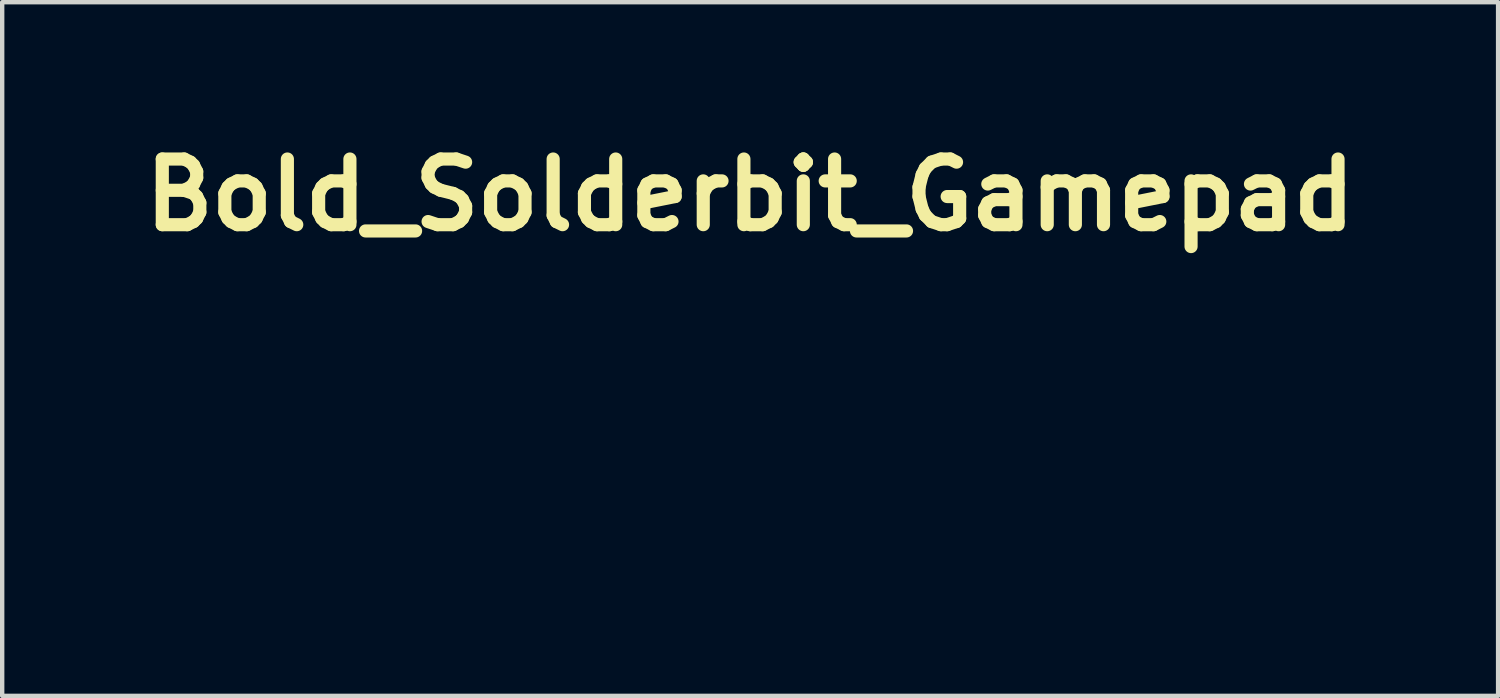
<source format=kicad_pcb>
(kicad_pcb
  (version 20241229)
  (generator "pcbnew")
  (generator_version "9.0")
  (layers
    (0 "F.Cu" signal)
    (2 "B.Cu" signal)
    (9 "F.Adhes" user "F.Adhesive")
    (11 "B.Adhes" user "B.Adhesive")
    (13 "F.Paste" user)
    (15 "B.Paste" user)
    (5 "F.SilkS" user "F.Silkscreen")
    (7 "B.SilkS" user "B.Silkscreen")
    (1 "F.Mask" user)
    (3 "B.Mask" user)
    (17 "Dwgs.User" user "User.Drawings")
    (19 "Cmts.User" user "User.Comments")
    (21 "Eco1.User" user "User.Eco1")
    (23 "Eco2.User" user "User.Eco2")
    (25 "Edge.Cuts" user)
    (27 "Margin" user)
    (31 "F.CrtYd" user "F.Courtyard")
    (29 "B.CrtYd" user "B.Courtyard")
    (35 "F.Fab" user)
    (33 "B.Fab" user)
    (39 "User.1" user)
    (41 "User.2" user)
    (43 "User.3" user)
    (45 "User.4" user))
  (footprint "Bold_Solderbit_Gamepad"
    (layer "F.Cu")
    (at 14.086 6.484)
    (property "Reference" "Bold_Solderbit_Gamepad" (at 0 -5.08 0) (layer "F.SilkS") (effects (font (size 1.5 1.5) (thickness 0.3))))
    (attr board_only exclude_from_pos_files exclude_from_bom)
    (fp_poly (pts (xy -0.889 1.592) (xy -0.89 1.975) (xy -0.973 1.977) (xy -1.002 1.977) (xy -1.027 1.977) (xy -1.046 1.976) (xy -1.058 1.975) (xy -1.06 1.975) (xy -1.061 1.969) (xy -1.061 1.953) (xy -1.062 1.929) (xy -1.062 1.896) (xy -1.063 1.856) (xy -1.063 1.809) (xy -1.064 1.757) (xy -1.064 1.701) (xy -1.064 1.64) (xy -1.064 1.59) (xy -1.064 1.208) (xy -0.976 1.208) (xy -0.887 1.208)) (stroke (width 0) (type solid)) (fill yes) (layer "F.Mask"))
    (fp_poly (pts (xy -4.539 1.409) (xy -4.539 1.978) (xy -4.624 1.978) (xy -4.653 1.978) (xy -4.678 1.977) (xy -4.697 1.976) (xy -4.709 1.975) (xy -4.712 1.975) (xy -4.712 1.969) (xy -4.713 1.953) (xy -4.713 1.928) (xy -4.714 1.895) (xy -4.714 1.853) (xy -4.714 1.804) (xy -4.715 1.749) (xy -4.715 1.688) (xy -4.715 1.622) (xy -4.715 1.552) (xy -4.715 1.478) (xy -4.715 1.405) (xy -4.715 0.839) (xy -4.627 0.839) (xy -4.539 0.839)) (stroke (width 0) (type solid)) (fill yes) (layer "F.Mask"))
    (fp_poly (pts (xy -4.576 -1.552) (xy -4.545 -1.535) (xy -4.52 -1.51) (xy -4.502 -1.477) (xy -4.49 -1.435) (xy -4.488 -1.415) (xy -4.484 -1.385) (xy -4.637 -1.385) (xy -4.678 -1.385) (xy -4.714 -1.385) (xy -4.745 -1.386) (xy -4.768 -1.387) (xy -4.784 -1.388) (xy -4.79 -1.389) (xy -4.79 -1.389) (xy -4.789 -1.397) (xy -4.785 -1.411) (xy -4.78 -1.428) (xy -4.762 -1.47) (xy -4.739 -1.505) (xy -4.711 -1.532) (xy -4.678 -1.55) (xy -4.642 -1.559) (xy -4.614 -1.56)) (stroke (width 0) (type solid)) (fill yes) (layer "F.Mask"))
    (fp_poly (pts (xy -1.417 -1.552) (xy -1.385 -1.535) (xy -1.361 -1.51) (xy -1.342 -1.477) (xy -1.331 -1.435) (xy -1.328 -1.415) (xy -1.324 -1.385) (xy -1.478 -1.385) (xy -1.518 -1.385) (xy -1.554 -1.385) (xy -1.585 -1.386) (xy -1.609 -1.387) (xy -1.624 -1.388) (xy -1.631 -1.389) (xy -1.631 -1.389) (xy -1.629 -1.397) (xy -1.625 -1.411) (xy -1.62 -1.428) (xy -1.603 -1.47) (xy -1.579 -1.505) (xy -1.551 -1.532) (xy -1.518 -1.55) (xy -1.483 -1.559) (xy -1.454 -1.56)) (stroke (width 0) (type solid)) (fill yes) (layer "F.Mask"))
    (fp_poly (pts (xy -0.943 0.853) (xy -0.929 0.857) (xy -0.904 0.873) (xy -0.886 0.894) (xy -0.875 0.92) (xy -0.872 0.947) (xy -0.876 0.974) (xy -0.888 0.999) (xy -0.907 1.02) (xy -0.927 1.032) (xy -0.95 1.039) (xy -0.977 1.042) (xy -1.002 1.04) (xy -1.016 1.037) (xy -1.034 1.026) (xy -1.052 1.009) (xy -1.066 0.99) (xy -1.067 0.987) (xy -1.073 0.968) (xy -1.075 0.944) (xy -1.073 0.92) (xy -1.068 0.906) (xy -1.053 0.885) (xy -1.034 0.868) (xy -1.015 0.856) (xy -1.014 0.856) (xy -0.993 0.851) (xy -0.968 0.85)) (stroke (width 0) (type solid)) (fill yes) (layer "F.Mask"))
    (fp_poly (pts (xy -6.427 0.899) (xy -6.41 0.9) (xy -6.4 0.901) (xy -6.399 0.902) (xy -6.401 0.907) (xy -6.407 0.922) (xy -6.417 0.945) (xy -6.429 0.977) (xy -6.445 1.016) (xy -6.464 1.062) (xy -6.486 1.114) (xy -6.509 1.172) (xy -6.535 1.235) (xy -6.563 1.302) (xy -6.593 1.374) (xy -6.624 1.449) (xy -6.656 1.526) (xy -6.657 1.53) (xy -6.915 2.154) (xy -6.994 2.154) (xy -7.072 2.155) (xy -7.036 2.065) (xy -7.029 2.048) (xy -7.018 2.021) (xy -7.003 1.987) (xy -6.986 1.945) (xy -6.966 1.896) (xy -6.943 1.841) (xy -6.918 1.781) (xy -6.892 1.716) (xy -6.864 1.648) (xy -6.834 1.577) (xy -6.804 1.504) (xy -6.777 1.438) (xy -6.555 0.901) (xy -6.477 0.899) (xy -6.45 0.899)) (stroke (width 0) (type solid)) (fill yes) (layer "F.Mask"))
    (fp_poly (pts (xy 0.4 0.899) (xy 0.418 0.9) (xy 0.427 0.901) (xy 0.428 0.902) (xy 0.426 0.907) (xy 0.42 0.922) (xy 0.411 0.945) (xy 0.398 0.977) (xy 0.382 1.016) (xy 0.363 1.062) (xy 0.342 1.114) (xy 0.318 1.172) (xy 0.292 1.235) (xy 0.264 1.302) (xy 0.234 1.374) (xy 0.204 1.449) (xy 0.171 1.526) (xy 0.17 1.53) (xy -0.088 2.154) (xy -0.167 2.154) (xy -0.245 2.155) (xy -0.209 2.065) (xy -0.201 2.048) (xy -0.191 2.021) (xy -0.176 1.987) (xy -0.159 1.945) (xy -0.139 1.896) (xy -0.116 1.841) (xy -0.091 1.781) (xy -0.065 1.716) (xy -0.037 1.648) (xy -0.007 1.577) (xy 0.023 1.504) (xy 0.05 1.438) (xy 0.272 0.901) (xy 0.35 0.899) (xy 0.377 0.899)) (stroke (width 0) (type solid)) (fill yes) (layer "F.Mask"))
    (fp_poly (pts (xy 2.404 -1.533) (xy 2.428 -1.528) (xy 2.452 -1.516) (xy 2.477 -1.497) (xy 2.5 -1.472) (xy 2.517 -1.444) (xy 2.519 -1.44) (xy 2.533 -1.397) (xy 2.541 -1.349) (xy 2.542 -1.297) (xy 2.537 -1.245) (xy 2.526 -1.196) (xy 2.509 -1.151) (xy 2.496 -1.127) (xy 2.47 -1.096) (xy 2.438 -1.074) (xy 2.402 -1.059) (xy 2.363 -1.054) (xy 2.322 -1.058) (xy 2.309 -1.062) (xy 2.279 -1.076) (xy 2.251 -1.099) (xy 2.227 -1.129) (xy 2.209 -1.163) (xy 2.198 -1.2) (xy 2.194 -1.229) (xy 2.192 -1.264) (xy 2.192 -1.302) (xy 2.194 -1.338) (xy 2.197 -1.37) (xy 2.198 -1.374) (xy 2.21 -1.418) (xy 2.23 -1.457) (xy 2.258 -1.49) (xy 2.291 -1.515) (xy 2.322 -1.529) (xy 2.345 -1.533) (xy 2.375 -1.535)) (stroke (width 0) (type solid)) (fill yes) (layer "F.Mask"))
    (fp_poly (pts (xy 3.911 -1.531) (xy 3.951 -1.518) (xy 3.985 -1.497) (xy 4.011 -1.468) (xy 4.032 -1.43) (xy 4.045 -1.385) (xy 4.052 -1.331) (xy 4.052 -1.302) (xy 4.049 -1.242) (xy 4.039 -1.19) (xy 4.023 -1.146) (xy 4 -1.111) (xy 3.971 -1.084) (xy 3.935 -1.066) (xy 3.893 -1.057) (xy 3.879 -1.056) (xy 3.855 -1.055) (xy 3.83 -1.057) (xy 3.815 -1.06) (xy 3.775 -1.075) (xy 3.742 -1.097) (xy 3.716 -1.128) (xy 3.696 -1.166) (xy 3.685 -1.198) (xy 3.681 -1.223) (xy 3.678 -1.255) (xy 3.677 -1.291) (xy 3.677 -1.326) (xy 3.679 -1.358) (xy 3.683 -1.382) (xy 3.698 -1.426) (xy 3.721 -1.464) (xy 3.749 -1.495) (xy 3.784 -1.518) (xy 3.807 -1.528) (xy 3.823 -1.532) (xy 3.844 -1.534) (xy 3.865 -1.535)) (stroke (width 0) (type solid)) (fill yes) (layer "F.Mask"))
    (fp_poly (pts (xy -5.621 -1.531) (xy -5.583 -1.517) (xy -5.551 -1.495) (xy -5.524 -1.464) (xy -5.505 -1.425) (xy -5.498 -1.404) (xy -5.495 -1.384) (xy -5.492 -1.357) (xy -5.491 -1.325) (xy -5.491 -1.292) (xy -5.492 -1.26) (xy -5.494 -1.233) (xy -5.497 -1.218) (xy -5.51 -1.176) (xy -5.529 -1.138) (xy -5.554 -1.105) (xy -5.582 -1.08) (xy -5.6 -1.069) (xy -5.625 -1.061) (xy -5.655 -1.056) (xy -5.685 -1.056) (xy -5.71 -1.06) (xy -5.712 -1.06) (xy -5.742 -1.072) (xy -5.765 -1.086) (xy -5.785 -1.105) (xy -5.789 -1.11) (xy -5.812 -1.143) (xy -5.828 -1.183) (xy -5.838 -1.23) (xy -5.841 -1.281) (xy -5.838 -1.333) (xy -5.828 -1.387) (xy -5.812 -1.433) (xy -5.79 -1.471) (xy -5.763 -1.501) (xy -5.73 -1.521) (xy -5.693 -1.533) (xy -5.665 -1.535)) (stroke (width 0) (type solid)) (fill yes) (layer "F.Mask"))
    (fp_poly (pts (xy 1.469 -1.262) (xy 1.47 -1.249) (xy 1.469 -1.231) (xy 1.468 -1.209) (xy 1.465 -1.187) (xy 1.462 -1.167) (xy 1.458 -1.151) (xy 1.457 -1.149) (xy 1.44 -1.113) (xy 1.414 -1.082) (xy 1.381 -1.059) (xy 1.344 -1.045) (xy 1.342 -1.044) (xy 1.317 -1.039) (xy 1.297 -1.038) (xy 1.279 -1.041) (xy 1.265 -1.045) (xy 1.247 -1.053) (xy 1.232 -1.061) (xy 1.23 -1.063) (xy 1.217 -1.076) (xy 1.205 -1.094) (xy 1.196 -1.114) (xy 1.192 -1.132) (xy 1.192 -1.133) (xy 1.197 -1.165) (xy 1.212 -1.194) (xy 1.234 -1.217) (xy 1.263 -1.234) (xy 1.271 -1.237) (xy 1.283 -1.24) (xy 1.303 -1.244) (xy 1.329 -1.248) (xy 1.358 -1.253) (xy 1.388 -1.258) (xy 1.417 -1.262) (xy 1.441 -1.265) (xy 1.459 -1.267) (xy 1.466 -1.267)) (stroke (width 0) (type solid)) (fill yes) (layer "F.Mask"))
    (fp_poly (pts (xy 5.615 -1.532) (xy 5.651 -1.519) (xy 5.682 -1.498) (xy 5.708 -1.468) (xy 5.731 -1.427) (xy 5.732 -1.425) (xy 5.737 -1.413) (xy 5.741 -1.4) (xy 5.743 -1.384) (xy 5.745 -1.363) (xy 5.746 -1.335) (xy 5.746 -1.32) (xy 5.747 -1.284) (xy 5.746 -1.257) (xy 5.744 -1.235) (xy 5.741 -1.216) (xy 5.739 -1.209) (xy 5.723 -1.162) (xy 5.7 -1.122) (xy 5.672 -1.092) (xy 5.639 -1.07) (xy 5.613 -1.061) (xy 5.582 -1.056) (xy 5.552 -1.056) (xy 5.526 -1.06) (xy 5.525 -1.06) (xy 5.488 -1.076) (xy 5.459 -1.098) (xy 5.436 -1.127) (xy 5.424 -1.147) (xy 5.413 -1.174) (xy 5.405 -1.203) (xy 5.4 -1.234) (xy 5.398 -1.273) (xy 5.398 -1.286) (xy 5.401 -1.343) (xy 5.411 -1.393) (xy 5.428 -1.437) (xy 5.45 -1.474) (xy 5.477 -1.502) (xy 5.51 -1.522) (xy 5.548 -1.533) (xy 5.573 -1.535)) (stroke (width 0) (type solid)) (fill yes) (layer "F.Mask"))
    (fp_poly (pts (xy -0.44 1.094) (xy -0.438 1.208) (xy -0.347 1.208) (xy -0.257 1.208) (xy -0.257 1.275) (xy -0.257 1.342) (xy -0.348 1.342) (xy -0.439 1.342) (xy -0.437 1.568) (xy -0.437 1.623) (xy -0.436 1.669) (xy -0.436 1.705) (xy -0.435 1.735) (xy -0.435 1.758) (xy -0.434 1.775) (xy -0.433 1.787) (xy -0.431 1.797) (xy -0.429 1.804) (xy -0.427 1.809) (xy -0.425 1.812) (xy -0.408 1.832) (xy -0.384 1.845) (xy -0.355 1.854) (xy -0.324 1.855) (xy -0.294 1.85) (xy -0.279 1.845) (xy -0.256 1.834) (xy -0.258 1.902) (xy -0.259 1.97) (xy -0.29 1.979) (xy -0.319 1.985) (xy -0.354 1.99) (xy -0.391 1.992) (xy -0.426 1.991) (xy -0.445 1.989) (xy -0.489 1.977) (xy -0.527 1.959) (xy -0.56 1.933) (xy -0.584 1.903) (xy -0.593 1.885) (xy -0.598 1.871) (xy -0.603 1.856) (xy -0.606 1.838) (xy -0.609 1.816) (xy -0.611 1.788) (xy -0.613 1.755) (xy -0.614 1.715) (xy -0.614 1.667) (xy -0.615 1.61) (xy -0.615 1.561) (xy -0.615 1.342) (xy -0.679 1.342) (xy -0.743 1.342) (xy -0.743 1.275) (xy -0.743 1.208) (xy -0.679 1.208) (xy -0.615 1.208) (xy -0.615 1.119) (xy -0.615 1.029) (xy -0.528 1.005) (xy -0.441 0.98)) (stroke (width 0) (type solid)) (fill yes) (layer "F.Mask"))
    (fp_poly (pts (xy -2.143 1.2) (xy -2.134 1.203) (xy -2.117 1.21) (xy -2.117 1.289) (xy -2.117 1.317) (xy -2.118 1.34) (xy -2.119 1.358) (xy -2.12 1.367) (xy -2.12 1.369) (xy -2.126 1.366) (xy -2.138 1.361) (xy -2.139 1.36) (xy -2.157 1.354) (xy -2.182 1.35) (xy -2.209 1.348) (xy -2.234 1.349) (xy -2.248 1.352) (xy -2.282 1.366) (xy -2.313 1.39) (xy -2.341 1.422) (xy -2.363 1.462) (xy -2.375 1.491) (xy -2.378 1.5) (xy -2.38 1.509) (xy -2.382 1.519) (xy -2.384 1.532) (xy -2.385 1.547) (xy -2.386 1.567) (xy -2.387 1.593) (xy -2.388 1.625) (xy -2.388 1.665) (xy -2.389 1.714) (xy -2.39 1.751) (xy -2.392 1.975) (xy -2.476 1.977) (xy -2.504 1.977) (xy -2.529 1.977) (xy -2.549 1.976) (xy -2.56 1.975) (xy -2.563 1.975) (xy -2.563 1.969) (xy -2.564 1.953) (xy -2.564 1.929) (xy -2.565 1.896) (xy -2.565 1.856) (xy -2.566 1.809) (xy -2.566 1.757) (xy -2.566 1.701) (xy -2.566 1.64) (xy -2.566 1.59) (xy -2.566 1.208) (xy -2.478 1.208) (xy -2.39 1.208) (xy -2.39 1.287) (xy -2.389 1.366) (xy -2.371 1.327) (xy -2.349 1.288) (xy -2.32 1.254) (xy -2.288 1.227) (xy -2.261 1.211) (xy -2.233 1.202) (xy -2.201 1.197) (xy -2.17 1.196)) (stroke (width 0) (type solid)) (fill yes) (layer "F.Mask"))
    (fp_poly (pts (xy -3.614 1.409) (xy -3.614 1.978) (xy -3.699 1.978) (xy -3.785 1.978) (xy -3.786 1.91) (xy -3.788 1.842) (xy -3.813 1.877) (xy -3.841 1.909) (xy -3.873 1.938) (xy -3.906 1.96) (xy -3.922 1.968) (xy -3.967 1.983) (xy -4.017 1.991) (xy -4.069 1.993) (xy -4.118 1.987) (xy -4.12 1.986) (xy -4.167 1.971) (xy -4.212 1.946) (xy -4.253 1.913) (xy -4.288 1.874) (xy -4.304 1.85) (xy -4.328 1.8) (xy -4.346 1.743) (xy -4.357 1.681) (xy -4.361 1.617) (xy -4.36 1.587) (xy -4.184 1.587) (xy -4.183 1.642) (xy -4.175 1.694) (xy -4.175 1.694) (xy -4.161 1.736) (xy -4.14 1.774) (xy -4.113 1.806) (xy -4.082 1.831) (xy -4.056 1.844) (xy -4.022 1.853) (xy -3.984 1.855) (xy -3.945 1.852) (xy -3.915 1.844) (xy -3.887 1.829) (xy -3.859 1.807) (xy -3.834 1.78) (xy -3.814 1.751) (xy -3.81 1.742) (xy -3.8 1.719) (xy -3.794 1.696) (xy -3.789 1.672) (xy -3.787 1.644) (xy -3.786 1.61) (xy -3.786 1.568) (xy -3.786 1.564) (xy -3.787 1.53) (xy -3.788 1.504) (xy -3.789 1.485) (xy -3.792 1.471) (xy -3.795 1.459) (xy -3.799 1.448) (xy -3.8 1.446) (xy -3.824 1.404) (xy -3.852 1.372) (xy -3.886 1.349) (xy -3.926 1.334) (xy -3.941 1.331) (xy -3.988 1.328) (xy -4.032 1.335) (xy -4.071 1.351) (xy -4.106 1.377) (xy -4.135 1.411) (xy -4.152 1.441) (xy -4.168 1.484) (xy -4.179 1.534) (xy -4.184 1.587) (xy -4.36 1.587) (xy -4.359 1.551) (xy -4.35 1.486) (xy -4.341 1.449) (xy -4.322 1.396) (xy -4.295 1.346) (xy -4.263 1.301) (xy -4.225 1.263) (xy -4.184 1.233) (xy -4.165 1.223) (xy -4.131 1.208) (xy -4.098 1.199) (xy -4.064 1.194) (xy -4.024 1.192) (xy -4.019 1.192) (xy -3.966 1.195) (xy -3.92 1.206) (xy -3.88 1.224) (xy -3.843 1.251) (xy -3.809 1.287) (xy -3.797 1.302) (xy -3.786 1.318) (xy -3.785 1.079) (xy -3.785 0.839) (xy -3.7 0.839) (xy -3.614 0.839)) (stroke (width 0) (type solid)) (fill yes) (layer "F.Mask"))
    (fp_poly (pts (xy 6.859 1.409) (xy 6.859 1.978) (xy 6.774 1.978) (xy 6.688 1.978) (xy 6.687 1.91) (xy 6.685 1.842) (xy 6.66 1.877) (xy 6.633 1.909) (xy 6.6 1.938) (xy 6.567 1.96) (xy 6.552 1.968) (xy 6.506 1.983) (xy 6.456 1.991) (xy 6.405 1.993) (xy 6.355 1.987) (xy 6.354 1.986) (xy 6.306 1.971) (xy 6.261 1.946) (xy 6.22 1.913) (xy 6.185 1.874) (xy 6.169 1.85) (xy 6.145 1.8) (xy 6.128 1.743) (xy 6.116 1.681) (xy 6.112 1.617) (xy 6.113 1.587) (xy 6.289 1.587) (xy 6.29 1.642) (xy 6.298 1.694) (xy 6.298 1.694) (xy 6.312 1.736) (xy 6.333 1.774) (xy 6.36 1.806) (xy 6.391 1.831) (xy 6.417 1.844) (xy 6.451 1.853) (xy 6.49 1.855) (xy 6.528 1.852) (xy 6.558 1.844) (xy 6.586 1.829) (xy 6.614 1.807) (xy 6.64 1.78) (xy 6.659 1.751) (xy 6.664 1.742) (xy 6.673 1.719) (xy 6.68 1.696) (xy 6.684 1.672) (xy 6.687 1.644) (xy 6.688 1.61) (xy 6.687 1.568) (xy 6.687 1.564) (xy 6.686 1.53) (xy 6.685 1.504) (xy 6.684 1.485) (xy 6.682 1.471) (xy 6.678 1.459) (xy 6.674 1.448) (xy 6.673 1.446) (xy 6.65 1.404) (xy 6.621 1.372) (xy 6.587 1.349) (xy 6.548 1.334) (xy 6.533 1.331) (xy 6.485 1.328) (xy 6.442 1.335) (xy 6.402 1.351) (xy 6.368 1.377) (xy 6.338 1.411) (xy 6.322 1.441) (xy 6.305 1.484) (xy 6.294 1.534) (xy 6.289 1.587) (xy 6.113 1.587) (xy 6.114 1.551) (xy 6.124 1.486) (xy 6.132 1.449) (xy 6.152 1.396) (xy 6.178 1.346) (xy 6.211 1.301) (xy 6.248 1.263) (xy 6.289 1.233) (xy 6.309 1.223) (xy 6.343 1.208) (xy 6.375 1.199) (xy 6.409 1.194) (xy 6.449 1.192) (xy 6.455 1.192) (xy 6.508 1.195) (xy 6.553 1.206) (xy 6.594 1.224) (xy 6.63 1.251) (xy 6.664 1.287) (xy 6.676 1.302) (xy 6.688 1.318) (xy 6.688 1.079) (xy 6.688 0.839) (xy 6.774 0.839) (xy 6.859 0.839)) (stroke (width 0) (type solid)) (fill yes) (layer "F.Mask"))
    (fp_poly (pts (xy -1.816 1.09) (xy -1.815 1.341) (xy -1.788 1.306) (xy -1.757 1.27) (xy -1.72 1.239) (xy -1.681 1.216) (xy -1.662 1.208) (xy -1.633 1.201) (xy -1.598 1.196) (xy -1.56 1.193) (xy -1.523 1.193) (xy -1.491 1.196) (xy -1.482 1.197) (xy -1.431 1.214) (xy -1.385 1.239) (xy -1.345 1.274) (xy -1.311 1.317) (xy -1.283 1.368) (xy -1.264 1.419) (xy -1.258 1.437) (xy -1.255 1.452) (xy -1.252 1.467) (xy -1.25 1.485) (xy -1.249 1.506) (xy -1.249 1.534) (xy -1.249 1.569) (xy -1.249 1.61) (xy -1.25 1.642) (xy -1.251 1.667) (xy -1.254 1.687) (xy -1.257 1.705) (xy -1.258 1.707) (xy -1.279 1.773) (xy -1.306 1.83) (xy -1.339 1.879) (xy -1.378 1.92) (xy -1.423 1.951) (xy -1.474 1.974) (xy -1.53 1.988) (xy -1.572 1.992) (xy -1.597 1.992) (xy -1.622 1.991) (xy -1.641 1.99) (xy -1.646 1.989) (xy -1.684 1.977) (xy -1.722 1.957) (xy -1.757 1.932) (xy -1.787 1.904) (xy -1.803 1.882) (xy -1.815 1.863) (xy -1.818 1.919) (xy -1.82 1.975) (xy -1.906 1.975) (xy -1.991 1.975) (xy -1.992 1.612) (xy -1.822 1.612) (xy -1.821 1.648) (xy -1.818 1.68) (xy -1.818 1.681) (xy -1.807 1.727) (xy -1.788 1.767) (xy -1.762 1.801) (xy -1.729 1.828) (xy -1.702 1.842) (xy -1.665 1.852) (xy -1.624 1.855) (xy -1.583 1.851) (xy -1.559 1.844) (xy -1.523 1.825) (xy -1.491 1.797) (xy -1.465 1.76) (xy -1.444 1.716) (xy -1.435 1.687) (xy -1.429 1.657) (xy -1.425 1.622) (xy -1.423 1.583) (xy -1.424 1.545) (xy -1.426 1.511) (xy -1.43 1.489) (xy -1.445 1.442) (xy -1.467 1.402) (xy -1.496 1.37) (xy -1.529 1.347) (xy -1.568 1.333) (xy -1.611 1.328) (xy -1.645 1.331) (xy -1.69 1.342) (xy -1.729 1.363) (xy -1.762 1.392) (xy -1.788 1.429) (xy -1.807 1.475) (xy -1.808 1.476) (xy -1.813 1.502) (xy -1.818 1.535) (xy -1.821 1.573) (xy -1.822 1.612) (xy -1.992 1.612) (xy -1.993 1.407) (xy -1.994 0.839) (xy -1.906 0.839) (xy -1.818 0.839)) (stroke (width 0) (type solid)) (fill yes) (layer "F.Mask"))
    (fp_poly (pts (xy -5.983 1.193) (xy -5.944 1.196) (xy -5.907 1.203) (xy -5.869 1.212) (xy -5.838 1.22) (xy -5.838 1.294) (xy -5.838 1.321) (xy -5.839 1.344) (xy -5.84 1.36) (xy -5.842 1.368) (xy -5.842 1.369) (xy -5.849 1.366) (xy -5.861 1.36) (xy -5.862 1.359) (xy -5.899 1.341) (xy -5.94 1.328) (xy -5.985 1.321) (xy -6.029 1.319) (xy -6.071 1.322) (xy -6.108 1.332) (xy -6.119 1.337) (xy -6.144 1.354) (xy -6.161 1.376) (xy -6.169 1.4) (xy -6.169 1.426) (xy -6.16 1.451) (xy -6.142 1.473) (xy -6.128 1.482) (xy -6.12 1.487) (xy -6.112 1.492) (xy -6.101 1.497) (xy -6.087 1.503) (xy -6.067 1.511) (xy -6.041 1.521) (xy -6.007 1.535) (xy -5.949 1.56) (xy -5.901 1.587) (xy -5.863 1.616) (xy -5.834 1.648) (xy -5.814 1.683) (xy -5.806 1.707) (xy -5.802 1.735) (xy -5.801 1.768) (xy -5.804 1.802) (xy -5.811 1.832) (xy -5.817 1.847) (xy -5.832 1.872) (xy -5.854 1.897) (xy -5.879 1.921) (xy -5.904 1.941) (xy -5.916 1.948) (xy -5.966 1.968) (xy -6.022 1.982) (xy -6.084 1.991) (xy -6.147 1.993) (xy -6.207 1.988) (xy -6.25 1.981) (xy -6.288 1.972) (xy -6.318 1.961) (xy -6.346 1.95) (xy -6.346 1.871) (xy -6.346 1.791) (xy -6.322 1.807) (xy -6.272 1.835) (xy -6.216 1.854) (xy -6.158 1.864) (xy -6.128 1.866) (xy -6.08 1.863) (xy -6.041 1.855) (xy -6.01 1.84) (xy -5.988 1.821) (xy -5.975 1.795) (xy -5.972 1.768) (xy -5.975 1.746) (xy -5.985 1.726) (xy -6.003 1.708) (xy -6.03 1.69) (xy -6.066 1.673) (xy -6.098 1.66) (xy -6.157 1.637) (xy -6.207 1.613) (xy -6.247 1.59) (xy -6.279 1.565) (xy -6.303 1.54) (xy -6.321 1.512) (xy -6.323 1.509) (xy -6.33 1.494) (xy -6.334 1.481) (xy -6.337 1.467) (xy -6.338 1.448) (xy -6.338 1.421) (xy -6.338 1.419) (xy -6.338 1.392) (xy -6.337 1.373) (xy -6.334 1.358) (xy -6.33 1.346) (xy -6.325 1.334) (xy -6.3 1.296) (xy -6.266 1.263) (xy -6.225 1.236) (xy -6.177 1.215) (xy -6.122 1.201) (xy -6.063 1.193) (xy -6.028 1.192)) (stroke (width 0) (type solid)) (fill yes) (layer "F.Mask"))
    (fp_poly (pts (xy 4.923 1.194) (xy 4.969 1.201) (xy 5.01 1.214) (xy 5.047 1.235) (xy 5.08 1.261) (xy 5.118 1.303) (xy 5.147 1.352) (xy 5.17 1.408) (xy 5.184 1.471) (xy 5.191 1.541) (xy 5.191 1.567) (xy 5.187 1.642) (xy 5.176 1.71) (xy 5.157 1.773) (xy 5.132 1.828) (xy 5.099 1.876) (xy 5.06 1.917) (xy 5.015 1.949) (xy 4.965 1.972) (xy 4.948 1.978) (xy 4.933 1.982) (xy 4.917 1.984) (xy 4.898 1.985) (xy 4.872 1.986) (xy 4.851 1.986) (xy 4.776 1.986) (xy 4.736 1.966) (xy 4.707 1.95) (xy 4.682 1.932) (xy 4.658 1.909) (xy 4.639 1.887) (xy 4.619 1.863) (xy 4.619 2.097) (xy 4.619 2.331) (xy 4.535 2.331) (xy 4.505 2.331) (xy 4.48 2.33) (xy 4.461 2.329) (xy 4.449 2.328) (xy 4.446 2.327) (xy 4.446 2.322) (xy 4.445 2.306) (xy 4.445 2.281) (xy 4.444 2.247) (xy 4.444 2.206) (xy 4.444 2.157) (xy 4.443 2.102) (xy 4.443 2.042) (xy 4.443 1.976) (xy 4.443 1.906) (xy 4.443 1.832) (xy 4.443 1.766) (xy 4.443 1.612) (xy 4.615 1.612) (xy 4.616 1.648) (xy 4.619 1.68) (xy 4.619 1.681) (xy 4.63 1.727) (xy 4.649 1.767) (xy 4.675 1.801) (xy 4.708 1.828) (xy 4.735 1.842) (xy 4.772 1.852) (xy 4.813 1.855) (xy 4.854 1.851) (xy 4.878 1.844) (xy 4.914 1.825) (xy 4.945 1.797) (xy 4.972 1.76) (xy 4.993 1.716) (xy 5.002 1.687) (xy 5.008 1.657) (xy 5.012 1.622) (xy 5.014 1.583) (xy 5.013 1.545) (xy 5.011 1.511) (xy 5.007 1.489) (xy 4.992 1.442) (xy 4.969 1.402) (xy 4.941 1.37) (xy 4.908 1.347) (xy 4.869 1.333) (xy 4.826 1.328) (xy 4.792 1.331) (xy 4.747 1.342) (xy 4.708 1.363) (xy 4.675 1.392) (xy 4.649 1.429) (xy 4.63 1.475) (xy 4.629 1.476) (xy 4.623 1.502) (xy 4.619 1.535) (xy 4.616 1.573) (xy 4.615 1.612) (xy 4.443 1.612) (xy 4.443 1.208) (xy 4.531 1.208) (xy 4.619 1.208) (xy 4.62 1.275) (xy 4.622 1.342) (xy 4.649 1.306) (xy 4.682 1.267) (xy 4.719 1.237) (xy 4.76 1.215) (xy 4.807 1.201) (xy 4.86 1.194) (xy 4.87 1.194)) (stroke (width 0) (type solid)) (fill yes) (layer "F.Mask"))
    (fp_poly (pts (xy -5.212 1.194) (xy -5.193 1.196) (xy -5.174 1.2) (xy -5.162 1.202) (xy -5.104 1.221) (xy -5.052 1.249) (xy -5.007 1.284) (xy -4.969 1.327) (xy -4.938 1.377) (xy -4.915 1.435) (xy -4.9 1.5) (xy -4.897 1.521) (xy -4.893 1.577) (xy -4.895 1.634) (xy -4.903 1.69) (xy -4.916 1.741) (xy -4.925 1.766) (xy -4.954 1.822) (xy -4.991 1.871) (xy -5.034 1.911) (xy -5.084 1.944) (xy -5.141 1.968) (xy -5.204 1.984) (xy -5.272 1.992) (xy -5.274 1.992) (xy -5.319 1.992) (xy -5.357 1.989) (xy -5.376 1.987) (xy -5.431 1.973) (xy -5.478 1.955) (xy -5.52 1.931) (xy -5.559 1.899) (xy -5.571 1.887) (xy -5.605 1.85) (xy -5.631 1.811) (xy -5.652 1.768) (xy -5.665 1.73) (xy -5.671 1.71) (xy -5.675 1.692) (xy -5.677 1.675) (xy -5.679 1.655) (xy -5.679 1.629) (xy -5.679 1.599) (xy -5.679 1.596) (xy -5.505 1.596) (xy -5.502 1.649) (xy -5.491 1.7) (xy -5.485 1.719) (xy -5.464 1.76) (xy -5.436 1.796) (xy -5.401 1.824) (xy -5.362 1.844) (xy -5.361 1.845) (xy -5.334 1.851) (xy -5.302 1.854) (xy -5.267 1.855) (xy -5.235 1.851) (xy -5.216 1.847) (xy -5.176 1.83) (xy -5.142 1.803) (xy -5.114 1.769) (xy -5.092 1.727) (xy -5.079 1.681) (xy -5.075 1.654) (xy -5.073 1.621) (xy -5.072 1.584) (xy -5.073 1.548) (xy -5.076 1.517) (xy -5.079 1.505) (xy -5.088 1.471) (xy -5.103 1.437) (xy -5.121 1.405) (xy -5.14 1.381) (xy -5.147 1.374) (xy -5.181 1.351) (xy -5.22 1.335) (xy -5.262 1.328) (xy -5.305 1.328) (xy -5.347 1.336) (xy -5.386 1.351) (xy -5.421 1.374) (xy -5.449 1.403) (xy -5.45 1.405) (xy -5.474 1.445) (xy -5.491 1.492) (xy -5.501 1.543) (xy -5.505 1.596) (xy -5.679 1.596) (xy -5.679 1.563) (xy -5.678 1.536) (xy -5.676 1.514) (xy -5.673 1.494) (xy -5.668 1.475) (xy -5.668 1.473) (xy -5.646 1.41) (xy -5.617 1.355) (xy -5.58 1.308) (xy -5.535 1.268) (xy -5.483 1.236) (xy -5.424 1.211) (xy -5.412 1.207) (xy -5.392 1.202) (xy -5.369 1.199) (xy -5.34 1.196) (xy -5.304 1.194) (xy -5.293 1.194) (xy -5.259 1.193) (xy -5.233 1.193)) (stroke (width 0) (type solid)) (fill yes) (layer "F.Mask"))
    (fp_poly (pts (xy -3.001 1.196) (xy -2.949 1.206) (xy -2.904 1.225) (xy -2.863 1.251) (xy -2.834 1.277) (xy -2.802 1.314) (xy -2.777 1.355) (xy -2.758 1.401) (xy -2.745 1.453) (xy -2.736 1.513) (xy -2.733 1.557) (xy -2.73 1.636) (xy -2.991 1.636) (xy -3.051 1.636) (xy -3.101 1.636) (xy -3.142 1.636) (xy -3.175 1.637) (xy -3.201 1.637) (xy -3.221 1.638) (xy -3.235 1.639) (xy -3.245 1.64) (xy -3.25 1.641) (xy -3.253 1.643) (xy -3.254 1.644) (xy -3.255 1.656) (xy -3.253 1.674) (xy -3.248 1.696) (xy -3.242 1.72) (xy -3.234 1.741) (xy -3.232 1.746) (xy -3.222 1.764) (xy -3.207 1.785) (xy -3.195 1.797) (xy -3.163 1.824) (xy -3.125 1.843) (xy -3.082 1.855) (xy -3.031 1.86) (xy -3.015 1.86) (xy -2.956 1.856) (xy -2.9 1.843) (xy -2.845 1.82) (xy -2.835 1.815) (xy -2.791 1.792) (xy -2.791 1.86) (xy -2.791 1.928) (xy -2.827 1.945) (xy -2.874 1.964) (xy -2.919 1.977) (xy -2.948 1.983) (xy -2.972 1.986) (xy -3.002 1.989) (xy -3.035 1.991) (xy -3.068 1.992) (xy -3.099 1.992) (xy -3.125 1.991) (xy -3.141 1.989) (xy -3.192 1.976) (xy -3.241 1.956) (xy -3.285 1.931) (xy -3.322 1.902) (xy -3.34 1.883) (xy -3.354 1.865) (xy -3.369 1.842) (xy -3.38 1.823) (xy -3.404 1.769) (xy -3.42 1.71) (xy -3.429 1.647) (xy -3.431 1.582) (xy -3.425 1.518) (xy -3.422 1.507) (xy -3.254 1.507) (xy -3.253 1.513) (xy -3.247 1.515) (xy -3.232 1.516) (xy -3.209 1.517) (xy -3.18 1.517) (xy -3.147 1.518) (xy -3.111 1.518) (xy -3.073 1.518) (xy -3.036 1.518) (xy -3 1.518) (xy -2.967 1.517) (xy -2.94 1.517) (xy -2.918 1.516) (xy -2.905 1.514) (xy -2.901 1.513) (xy -2.899 1.505) (xy -2.901 1.489) (xy -2.904 1.468) (xy -2.908 1.446) (xy -2.913 1.426) (xy -2.919 1.411) (xy -2.92 1.409) (xy -2.942 1.373) (xy -2.97 1.346) (xy -3.004 1.328) (xy -3.042 1.318) (xy -3.084 1.319) (xy -3.094 1.32) (xy -3.134 1.332) (xy -3.168 1.351) (xy -3.197 1.379) (xy -3.215 1.403) (xy -3.228 1.425) (xy -3.239 1.449) (xy -3.247 1.472) (xy -3.253 1.492) (xy -3.254 1.507) (xy -3.422 1.507) (xy -3.411 1.457) (xy -3.391 1.4) (xy -3.373 1.365) (xy -3.361 1.348) (xy -3.344 1.327) (xy -3.325 1.305) (xy -3.314 1.293) (xy -3.291 1.271) (xy -3.27 1.255) (xy -3.249 1.241) (xy -3.223 1.228) (xy -3.19 1.213) (xy -3.161 1.203) (xy -3.132 1.196) (xy -3.1 1.193) (xy -3.061 1.192) (xy -3.059 1.192)) (stroke (width 0) (type solid)) (fill yes) (layer "F.Mask"))
    (fp_poly (pts (xy 4.008 1.196) (xy 4.06 1.206) (xy 4.105 1.225) (xy 4.146 1.251) (xy 4.175 1.277) (xy 4.207 1.314) (xy 4.232 1.355) (xy 4.251 1.401) (xy 4.264 1.453) (xy 4.273 1.513) (xy 4.275 1.557) (xy 4.279 1.636) (xy 4.018 1.636) (xy 3.958 1.636) (xy 3.908 1.636) (xy 3.867 1.636) (xy 3.834 1.637) (xy 3.808 1.637) (xy 3.788 1.638) (xy 3.774 1.639) (xy 3.764 1.64) (xy 3.759 1.641) (xy 3.756 1.643) (xy 3.755 1.644) (xy 3.754 1.656) (xy 3.756 1.674) (xy 3.761 1.696) (xy 3.767 1.72) (xy 3.775 1.741) (xy 3.777 1.746) (xy 3.787 1.764) (xy 3.802 1.785) (xy 3.814 1.797) (xy 3.846 1.824) (xy 3.884 1.843) (xy 3.927 1.855) (xy 3.978 1.86) (xy 3.994 1.86) (xy 4.053 1.856) (xy 4.109 1.843) (xy 4.164 1.82) (xy 4.174 1.815) (xy 4.218 1.792) (xy 4.218 1.86) (xy 4.218 1.928) (xy 4.182 1.945) (xy 4.135 1.964) (xy 4.09 1.977) (xy 4.061 1.983) (xy 4.037 1.986) (xy 4.007 1.989) (xy 3.974 1.991) (xy 3.941 1.992) (xy 3.91 1.992) (xy 3.884 1.991) (xy 3.868 1.989) (xy 3.817 1.976) (xy 3.768 1.956) (xy 3.724 1.931) (xy 3.686 1.902) (xy 3.669 1.883) (xy 3.655 1.865) (xy 3.64 1.842) (xy 3.629 1.823) (xy 3.605 1.769) (xy 3.588 1.71) (xy 3.58 1.647) (xy 3.578 1.582) (xy 3.584 1.518) (xy 3.587 1.507) (xy 3.755 1.507) (xy 3.756 1.513) (xy 3.762 1.515) (xy 3.777 1.516) (xy 3.8 1.517) (xy 3.829 1.517) (xy 3.862 1.518) (xy 3.898 1.518) (xy 3.936 1.518) (xy 3.973 1.518) (xy 4.009 1.518) (xy 4.042 1.517) (xy 4.069 1.517) (xy 4.091 1.516) (xy 4.104 1.514) (xy 4.108 1.513) (xy 4.109 1.505) (xy 4.108 1.489) (xy 4.105 1.468) (xy 4.101 1.446) (xy 4.096 1.426) (xy 4.09 1.411) (xy 4.089 1.409) (xy 4.067 1.373) (xy 4.039 1.346) (xy 4.005 1.328) (xy 3.967 1.318) (xy 3.925 1.319) (xy 3.915 1.32) (xy 3.874 1.332) (xy 3.84 1.351) (xy 3.811 1.379) (xy 3.793 1.403) (xy 3.781 1.425) (xy 3.77 1.449) (xy 3.762 1.472) (xy 3.756 1.492) (xy 3.755 1.507) (xy 3.587 1.507) (xy 3.598 1.457) (xy 3.618 1.4) (xy 3.636 1.365) (xy 3.648 1.348) (xy 3.665 1.327) (xy 3.684 1.305) (xy 3.695 1.293) (xy 3.718 1.271) (xy 3.739 1.255) (xy 3.76 1.241) (xy 3.786 1.228) (xy 3.819 1.213) (xy 3.848 1.203) (xy 3.877 1.196) (xy 3.909 1.193) (xy 3.948 1.192) (xy 3.95 1.192)) (stroke (width 0) (type solid)) (fill yes) (layer "F.Mask"))
    (fp_poly (pts (xy 1.801 1.193) (xy 1.824 1.194) (xy 1.843 1.197) (xy 1.856 1.2) (xy 1.907 1.216) (xy 1.949 1.239) (xy 1.984 1.27) (xy 2.012 1.309) (xy 2.033 1.355) (xy 2.041 1.379) (xy 2.043 1.388) (xy 2.045 1.398) (xy 2.046 1.41) (xy 2.047 1.424) (xy 2.048 1.443) (xy 2.049 1.467) (xy 2.049 1.497) (xy 2.05 1.533) (xy 2.05 1.577) (xy 2.05 1.63) (xy 2.05 1.693) (xy 2.05 1.695) (xy 2.05 1.975) (xy 1.967 1.975) (xy 1.885 1.975) (xy 1.882 1.915) (xy 1.879 1.854) (xy 1.862 1.88) (xy 1.83 1.919) (xy 1.792 1.951) (xy 1.748 1.974) (xy 1.7 1.988) (xy 1.647 1.993) (xy 1.591 1.988) (xy 1.589 1.988) (xy 1.541 1.975) (xy 1.499 1.954) (xy 1.464 1.926) (xy 1.437 1.89) (xy 1.418 1.848) (xy 1.408 1.8) (xy 1.406 1.767) (xy 1.408 1.747) (xy 1.572 1.747) (xy 1.576 1.783) (xy 1.589 1.813) (xy 1.611 1.836) (xy 1.64 1.853) (xy 1.644 1.854) (xy 1.668 1.859) (xy 1.697 1.86) (xy 1.728 1.858) (xy 1.757 1.852) (xy 1.768 1.849) (xy 1.804 1.83) (xy 1.834 1.802) (xy 1.859 1.766) (xy 1.862 1.76) (xy 1.869 1.744) (xy 1.875 1.73) (xy 1.878 1.715) (xy 1.88 1.697) (xy 1.881 1.672) (xy 1.881 1.661) (xy 1.882 1.632) (xy 1.881 1.611) (xy 1.879 1.6) (xy 1.878 1.599) (xy 1.867 1.599) (xy 1.848 1.602) (xy 1.823 1.605) (xy 1.794 1.61) (xy 1.763 1.615) (xy 1.732 1.62) (xy 1.704 1.624) (xy 1.681 1.629) (xy 1.665 1.632) (xy 1.66 1.633) (xy 1.625 1.647) (xy 1.599 1.667) (xy 1.582 1.693) (xy 1.573 1.725) (xy 1.572 1.747) (xy 1.408 1.747) (xy 1.41 1.716) (xy 1.421 1.672) (xy 1.441 1.633) (xy 1.469 1.599) (xy 1.469 1.599) (xy 1.488 1.582) (xy 1.508 1.567) (xy 1.529 1.554) (xy 1.555 1.544) (xy 1.584 1.534) (xy 1.62 1.525) (xy 1.664 1.517) (xy 1.716 1.508) (xy 1.747 1.504) (xy 1.882 1.484) (xy 1.882 1.462) (xy 1.877 1.423) (xy 1.864 1.389) (xy 1.842 1.36) (xy 1.814 1.338) (xy 1.779 1.324) (xy 1.778 1.324) (xy 1.758 1.321) (xy 1.732 1.32) (xy 1.702 1.321) (xy 1.673 1.323) (xy 1.647 1.327) (xy 1.639 1.329) (xy 1.599 1.342) (xy 1.558 1.36) (xy 1.522 1.381) (xy 1.512 1.387) (xy 1.498 1.397) (xy 1.487 1.404) (xy 1.483 1.406) (xy 1.483 1.401) (xy 1.482 1.387) (xy 1.482 1.367) (xy 1.482 1.341) (xy 1.482 1.333) (xy 1.484 1.259) (xy 1.518 1.242) (xy 1.559 1.224) (xy 1.599 1.211) (xy 1.64 1.202) (xy 1.687 1.196) (xy 1.735 1.194) (xy 1.772 1.193)) (stroke (width 0) (type solid)) (fill yes) (layer "F.Mask"))
    (fp_poly (pts (xy 5.699 1.193) (xy 5.722 1.194) (xy 5.741 1.197) (xy 5.754 1.2) (xy 5.804 1.216) (xy 5.847 1.239) (xy 5.882 1.27) (xy 5.91 1.309) (xy 5.931 1.355) (xy 5.938 1.379) (xy 5.94 1.388) (xy 5.942 1.398) (xy 5.943 1.41) (xy 5.945 1.424) (xy 5.946 1.443) (xy 5.946 1.467) (xy 5.947 1.497) (xy 5.947 1.533) (xy 5.947 1.577) (xy 5.948 1.63) (xy 5.948 1.693) (xy 5.948 1.695) (xy 5.948 1.975) (xy 5.865 1.975) (xy 5.782 1.975) (xy 5.779 1.915) (xy 5.777 1.854) (xy 5.76 1.88) (xy 5.728 1.919) (xy 5.69 1.951) (xy 5.646 1.974) (xy 5.597 1.988) (xy 5.544 1.993) (xy 5.488 1.988) (xy 5.486 1.988) (xy 5.438 1.975) (xy 5.396 1.954) (xy 5.362 1.926) (xy 5.335 1.89) (xy 5.316 1.848) (xy 5.305 1.8) (xy 5.304 1.767) (xy 5.305 1.747) (xy 5.469 1.747) (xy 5.474 1.783) (xy 5.487 1.813) (xy 5.508 1.836) (xy 5.537 1.853) (xy 5.541 1.854) (xy 5.565 1.859) (xy 5.595 1.86) (xy 5.626 1.858) (xy 5.654 1.852) (xy 5.665 1.849) (xy 5.701 1.83) (xy 5.732 1.802) (xy 5.756 1.766) (xy 5.759 1.76) (xy 5.767 1.744) (xy 5.772 1.73) (xy 5.775 1.715) (xy 5.777 1.697) (xy 5.778 1.672) (xy 5.779 1.661) (xy 5.779 1.632) (xy 5.778 1.611) (xy 5.777 1.6) (xy 5.775 1.599) (xy 5.764 1.599) (xy 5.745 1.602) (xy 5.72 1.605) (xy 5.691 1.61) (xy 5.66 1.615) (xy 5.63 1.62) (xy 5.602 1.624) (xy 5.578 1.629) (xy 5.562 1.632) (xy 5.557 1.633) (xy 5.522 1.647) (xy 5.496 1.667) (xy 5.479 1.693) (xy 5.471 1.725) (xy 5.469 1.747) (xy 5.305 1.747) (xy 5.307 1.716) (xy 5.319 1.672) (xy 5.338 1.633) (xy 5.367 1.599) (xy 5.367 1.599) (xy 5.386 1.582) (xy 5.405 1.567) (xy 5.427 1.554) (xy 5.452 1.544) (xy 5.482 1.534) (xy 5.518 1.525) (xy 5.561 1.517) (xy 5.613 1.508) (xy 5.644 1.504) (xy 5.779 1.484) (xy 5.779 1.462) (xy 5.775 1.423) (xy 5.761 1.389) (xy 5.74 1.36) (xy 5.711 1.338) (xy 5.677 1.324) (xy 5.675 1.324) (xy 5.656 1.321) (xy 5.629 1.32) (xy 5.6 1.321) (xy 5.57 1.323) (xy 5.545 1.327) (xy 5.536 1.329) (xy 5.497 1.342) (xy 5.456 1.36) (xy 5.419 1.381) (xy 5.41 1.387) (xy 5.395 1.397) (xy 5.385 1.404) (xy 5.381 1.406) (xy 5.38 1.401) (xy 5.379 1.387) (xy 5.379 1.367) (xy 5.379 1.341) (xy 5.38 1.333) (xy 5.381 1.259) (xy 5.416 1.242) (xy 5.456 1.224) (xy 5.496 1.211) (xy 5.538 1.202) (xy 5.584 1.196) (xy 5.632 1.194) (xy 5.67 1.193)) (stroke (width 0) (type solid)) (fill yes) (layer "F.Mask"))
    (fp_poly (pts (xy 0.843 1.193) (xy 0.895 1.199) (xy 0.939 1.212) (xy 0.977 1.231) (xy 1.01 1.259) (xy 1.034 1.288) (xy 1.056 1.317) (xy 1.057 1.263) (xy 1.059 1.208) (xy 1.145 1.208) (xy 1.23 1.208) (xy 1.228 1.613) (xy 1.228 1.69) (xy 1.228 1.758) (xy 1.227 1.816) (xy 1.227 1.866) (xy 1.226 1.909) (xy 1.225 1.944) (xy 1.224 1.975) (xy 1.223 2) (xy 1.221 2.021) (xy 1.219 2.038) (xy 1.217 2.053) (xy 1.214 2.066) (xy 1.211 2.078) (xy 1.207 2.091) (xy 1.202 2.103) (xy 1.197 2.116) (xy 1.172 2.168) (xy 1.139 2.214) (xy 1.098 2.253) (xy 1.049 2.284) (xy 0.993 2.309) (xy 0.931 2.326) (xy 0.914 2.329) (xy 0.881 2.333) (xy 0.84 2.335) (xy 0.796 2.335) (xy 0.752 2.334) (xy 0.711 2.332) (xy 0.68 2.328) (xy 0.651 2.322) (xy 0.62 2.314) (xy 0.592 2.305) (xy 0.591 2.305) (xy 0.548 2.291) (xy 0.547 2.212) (xy 0.545 2.134) (xy 0.598 2.158) (xy 0.664 2.183) (xy 0.728 2.197) (xy 0.791 2.201) (xy 0.807 2.201) (xy 0.865 2.194) (xy 0.915 2.18) (xy 0.957 2.159) (xy 0.991 2.131) (xy 1.018 2.096) (xy 1.039 2.052) (xy 1.046 2.03) (xy 1.049 2.016) (xy 1.052 1.995) (xy 1.054 1.971) (xy 1.056 1.944) (xy 1.057 1.917) (xy 1.058 1.892) (xy 1.058 1.871) (xy 1.057 1.857) (xy 1.056 1.85) (xy 1.055 1.85) (xy 1.05 1.854) (xy 1.041 1.865) (xy 1.032 1.877) (xy 0.999 1.916) (xy 0.958 1.948) (xy 0.911 1.972) (xy 0.863 1.986) (xy 0.805 1.993) (xy 0.749 1.991) (xy 0.697 1.978) (xy 0.649 1.957) (xy 0.606 1.927) (xy 0.568 1.888) (xy 0.536 1.843) (xy 0.511 1.79) (xy 0.497 1.746) (xy 0.487 1.693) (xy 0.483 1.633) (xy 0.483 1.596) (xy 0.659 1.596) (xy 0.661 1.648) (xy 0.67 1.697) (xy 0.685 1.741) (xy 0.686 1.743) (xy 0.711 1.784) (xy 0.741 1.816) (xy 0.776 1.839) (xy 0.799 1.848) (xy 0.827 1.853) (xy 0.859 1.854) (xy 0.891 1.852) (xy 0.917 1.846) (xy 0.959 1.827) (xy 0.994 1.799) (xy 1.022 1.763) (xy 1.034 1.74) (xy 1.044 1.717) (xy 1.05 1.693) (xy 1.055 1.665) (xy 1.057 1.632) (xy 1.058 1.592) (xy 1.058 1.561) (xy 1.057 1.528) (xy 1.056 1.504) (xy 1.055 1.486) (xy 1.052 1.472) (xy 1.049 1.461) (xy 1.044 1.449) (xy 1.039 1.438) (xy 1.015 1.399) (xy 0.985 1.368) (xy 0.949 1.346) (xy 0.906 1.332) (xy 0.896 1.33) (xy 0.851 1.328) (xy 0.809 1.336) (xy 0.771 1.353) (xy 0.736 1.379) (xy 0.708 1.413) (xy 0.69 1.445) (xy 0.673 1.492) (xy 0.663 1.543) (xy 0.659 1.596) (xy 0.483 1.596) (xy 0.484 1.571) (xy 0.49 1.51) (xy 0.5 1.457) (xy 0.518 1.404) (xy 0.543 1.354) (xy 0.575 1.309) (xy 0.611 1.27) (xy 0.65 1.239) (xy 0.676 1.224) (xy 0.712 1.209) (xy 0.747 1.199) (xy 0.784 1.194) (xy 0.826 1.193)) (stroke (width 0) (type solid)) (fill yes) (layer "F.Mask"))
    (fp_poly (pts (xy 2.716 1.194) (xy 2.752 1.201) (xy 2.782 1.211) (xy 2.783 1.211) (xy 2.809 1.227) (xy 2.835 1.248) (xy 2.86 1.272) (xy 2.879 1.297) (xy 2.89 1.316) (xy 2.897 1.331) (xy 2.902 1.34) (xy 2.904 1.342) (xy 2.909 1.338) (xy 2.917 1.327) (xy 2.923 1.319) (xy 2.944 1.291) (xy 2.971 1.263) (xy 3 1.239) (xy 3.028 1.221) (xy 3.032 1.219) (xy 3.065 1.206) (xy 3.098 1.197) (xy 3.133 1.193) (xy 3.176 1.193) (xy 3.181 1.193) (xy 3.208 1.195) (xy 3.228 1.197) (xy 3.245 1.201) (xy 3.263 1.207) (xy 3.276 1.214) (xy 3.311 1.233) (xy 3.34 1.257) (xy 3.363 1.288) (xy 3.383 1.327) (xy 3.395 1.361) (xy 3.398 1.369) (xy 3.4 1.377) (xy 3.402 1.386) (xy 3.404 1.396) (xy 3.405 1.408) (xy 3.406 1.425) (xy 3.407 1.445) (xy 3.408 1.471) (xy 3.408 1.503) (xy 3.409 1.543) (xy 3.409 1.59) (xy 3.409 1.647) (xy 3.41 1.688) (xy 3.411 1.978) (xy 3.326 1.978) (xy 3.24 1.978) (xy 3.238 1.72) (xy 3.238 1.658) (xy 3.237 1.606) (xy 3.237 1.562) (xy 3.236 1.526) (xy 3.235 1.496) (xy 3.233 1.472) (xy 3.231 1.453) (xy 3.229 1.438) (xy 3.225 1.425) (xy 3.222 1.414) (xy 3.217 1.403) (xy 3.212 1.392) (xy 3.212 1.392) (xy 3.196 1.371) (xy 3.174 1.352) (xy 3.15 1.338) (xy 3.145 1.336) (xy 3.129 1.332) (xy 3.107 1.33) (xy 3.09 1.329) (xy 3.067 1.33) (xy 3.049 1.334) (xy 3.032 1.343) (xy 3.03 1.343) (xy 2.997 1.369) (xy 2.969 1.404) (xy 2.947 1.446) (xy 2.933 1.494) (xy 2.932 1.494) (xy 2.93 1.506) (xy 2.929 1.522) (xy 2.927 1.541) (xy 2.926 1.566) (xy 2.926 1.597) (xy 2.925 1.635) (xy 2.925 1.682) (xy 2.924 1.739) (xy 2.924 1.755) (xy 2.924 1.978) (xy 2.839 1.978) (xy 2.753 1.978) (xy 2.753 1.76) (xy 2.753 1.711) (xy 2.753 1.663) (xy 2.752 1.618) (xy 2.751 1.578) (xy 2.75 1.544) (xy 2.749 1.517) (xy 2.748 1.499) (xy 2.748 1.496) (xy 2.739 1.446) (xy 2.725 1.405) (xy 2.706 1.373) (xy 2.68 1.35) (xy 2.649 1.336) (xy 2.612 1.329) (xy 2.601 1.329) (xy 2.563 1.333) (xy 2.531 1.346) (xy 2.503 1.368) (xy 2.483 1.393) (xy 2.474 1.407) (xy 2.466 1.419) (xy 2.459 1.431) (xy 2.454 1.444) (xy 2.45 1.459) (xy 2.447 1.476) (xy 2.444 1.497) (xy 2.442 1.523) (xy 2.441 1.555) (xy 2.44 1.594) (xy 2.439 1.641) (xy 2.438 1.697) (xy 2.438 1.73) (xy 2.435 1.975) (xy 2.352 1.977) (xy 2.323 1.977) (xy 2.298 1.977) (xy 2.279 1.976) (xy 2.268 1.975) (xy 2.265 1.975) (xy 2.265 1.969) (xy 2.264 1.953) (xy 2.263 1.929) (xy 2.263 1.896) (xy 2.263 1.856) (xy 2.262 1.809) (xy 2.262 1.757) (xy 2.262 1.701) (xy 2.261 1.64) (xy 2.261 1.59) (xy 2.261 1.208) (xy 2.35 1.208) (xy 2.438 1.208) (xy 2.438 1.268) (xy 2.438 1.329) (xy 2.453 1.31) (xy 2.489 1.268) (xy 2.528 1.236) (xy 2.571 1.213) (xy 2.606 1.2) (xy 2.639 1.194) (xy 2.677 1.192)) (stroke (width 0) (type solid)) (fill yes) (layer "F.Mask"))
    (fp_poly (pts (xy -2.763 -3.394) (xy -2.451 -3.394) (xy -2.129 -3.394) (xy -1.797 -3.394) (xy -1.454 -3.394) (xy -1.102 -3.394) (xy -0.739 -3.394) (xy -0.367 -3.394) (xy 0.015 -3.393) (xy 0.088 -3.393) (xy 0.426 -3.393) (xy 0.754 -3.393) (xy 1.071 -3.393) (xy 1.378 -3.393) (xy 1.675 -3.393) (xy 1.962 -3.393) (xy 2.24 -3.393) (xy 2.508 -3.393) (xy 2.767 -3.393) (xy 3.016 -3.393) (xy 3.256 -3.393) (xy 3.488 -3.392) (xy 3.711 -3.392) (xy 3.925 -3.392) (xy 4.131 -3.392) (xy 4.329 -3.392) (xy 4.518 -3.392) (xy 4.7 -3.392) (xy 4.875 -3.392) (xy 5.041 -3.392) (xy 5.201 -3.392) (xy 5.353 -3.392) (xy 5.498 -3.391) (xy 5.636 -3.391) (xy 5.768 -3.391) (xy 5.893 -3.391) (xy 6.012 -3.391) (xy 6.124 -3.391) (xy 6.231 -3.391) (xy 6.331 -3.391) (xy 6.426 -3.39) (xy 6.516 -3.39) (xy 6.6 -3.39) (xy 6.679 -3.39) (xy 6.753 -3.39) (xy 6.822 -3.39) (xy 6.886 -3.389) (xy 6.946 -3.389) (xy 7.001 -3.389) (xy 7.053 -3.389) (xy 7.1 -3.389) (xy 7.144 -3.388) (xy 7.183 -3.388) (xy 7.22 -3.388) (xy 7.252 -3.388) (xy 7.282 -3.387) (xy 7.309 -3.387) (xy 7.333 -3.387) (xy 7.354 -3.386) (xy 7.373 -3.386) (xy 7.389 -3.386) (xy 7.403 -3.386) (xy 7.415 -3.385) (xy 7.426 -3.385) (xy 7.434 -3.385) (xy 7.441 -3.384) (xy 7.447 -3.384) (xy 7.452 -3.383) (xy 7.455 -3.383) (xy 7.458 -3.383) (xy 7.564 -3.359) (xy 7.663 -3.327) (xy 7.756 -3.286) (xy 7.843 -3.237) (xy 7.924 -3.179) (xy 8.001 -3.112) (xy 8.016 -3.098) (xy 8.085 -3.021) (xy 8.145 -2.94) (xy 8.196 -2.854) (xy 8.239 -2.762) (xy 8.272 -2.664) (xy 8.297 -2.559) (xy 8.301 -2.539) (xy 8.302 -2.535) (xy 8.302 -2.529) (xy 8.303 -2.522) (xy 8.304 -2.514) (xy 8.304 -2.504) (xy 8.305 -2.491) (xy 8.305 -2.476) (xy 8.306 -2.459) (xy 8.306 -2.438) (xy 8.307 -2.414) (xy 8.307 -2.386) (xy 8.307 -2.355) (xy 8.308 -2.319) (xy 8.308 -2.279) (xy 8.308 -2.234) (xy 8.309 -2.183) (xy 8.309 -2.128) (xy 8.309 -2.066) (xy 8.309 -1.999) (xy 8.31 -1.925) (xy 8.31 -1.845) (xy 8.31 -1.758) (xy 8.31 -1.663) (xy 8.31 -1.562) (xy 8.311 -1.452) (xy 8.311 -1.334) (xy 8.311 -1.208) (xy 8.311 -1.074) (xy 8.311 -0.93) (xy 8.311 -0.777) (xy 8.312 -0.615) (xy 8.312 -0.443) (xy 8.312 -0.26) (xy 8.312 -0.083) (xy 8.312 0.134) (xy 8.312 0.341) (xy 8.312 0.539) (xy 8.312 0.727) (xy 8.312 0.906) (xy 8.312 1.075) (xy 8.312 1.234) (xy 8.312 1.383) (xy 8.312 1.523) (xy 8.312 1.653) (xy 8.312 1.773) (xy 8.312 1.883) (xy 8.312 1.982) (xy 8.311 2.072) (xy 8.311 2.151) (xy 8.311 2.22) (xy 8.31 2.279) (xy 8.31 2.327) (xy 8.31 2.365) (xy 8.309 2.392) (xy 8.309 2.408) (xy 8.308 2.411) (xy 8.301 2.496) (xy 8.288 2.573) (xy 8.269 2.647) (xy 8.243 2.72) (xy 8.221 2.772) (xy 8.174 2.863) (xy 8.119 2.947) (xy 8.055 3.026) (xy 7.985 3.097) (xy 7.907 3.161) (xy 7.824 3.217) (xy 7.735 3.264) (xy 7.642 3.303) (xy 7.544 3.332) (xy 7.512 3.339) (xy 7.481 3.345) (xy 7.445 3.35) (xy 7.406 3.354) (xy 7.372 3.357) (xy 7.364 3.358) (xy 7.345 3.358) (xy 7.316 3.358) (xy 7.277 3.358) (xy 7.228 3.358) (xy 7.17 3.359) (xy 7.102 3.359) (xy 7.026 3.359) (xy 6.941 3.359) (xy 6.847 3.359) (xy 6.745 3.359) (xy 6.634 3.36) (xy 6.516 3.36) (xy 6.391 3.36) (xy 6.258 3.36) (xy 6.117 3.36) (xy 5.97 3.36) (xy 5.817 3.36) (xy 5.656 3.36) (xy 5.49 3.361) (xy 5.318 3.361) (xy 5.14 3.361) (xy 4.956 3.361) (xy 4.768 3.361) (xy 4.574 3.361) (xy 4.376 3.361) (xy 4.173 3.361) (xy 3.966 3.361) (xy 3.754 3.361) (xy 3.539 3.361) (xy 3.321 3.362) (xy 3.099 3.362) (xy 2.874 3.362) (xy 2.646 3.362) (xy 2.415 3.362) (xy 2.182 3.362) (xy 1.947 3.362) (xy 1.71 3.362) (xy 1.472 3.362) (xy 1.232 3.362) (xy 0.991 3.362) (xy 0.749 3.362) (xy 0.506 3.362) (xy 0.262 3.362) (xy 0.019 3.362) (xy -0.225 3.362) (xy -0.468 3.362) (xy -0.711 3.362) (xy -0.953 3.362) (xy -1.194 3.362) (xy -1.434 3.362) (xy -1.673 3.362) (xy -1.91 3.362) (xy -2.145 3.362) (xy -2.378 3.362) (xy -2.608 3.362) (xy -2.836 3.362) (xy -3.061 3.362) (xy -3.283 3.361) (xy -3.502 3.361) (xy -3.717 3.361) (xy -3.929 3.361) (xy -4.136 3.361) (xy -4.339 3.361) (xy -4.537 3.361) (xy -4.731 3.361) (xy -4.92 3.361) (xy -5.103 3.361) (xy -5.281 3.361) (xy -5.454 3.36) (xy -5.62 3.36) (xy -5.78 3.36) (xy -5.934 3.36) (xy -6.081 3.36) (xy -6.222 3.36) (xy -6.355 3.36) (xy -6.481 3.36) (xy -6.599 3.359) (xy -6.709 3.359) (xy -6.811 3.359) (xy -6.905 3.359) (xy -6.991 3.359) (xy -7.067 3.359) (xy -7.135 3.358) (xy -7.193 3.358) (xy -7.242 3.358) (xy -7.281 3.358) (xy -7.31 3.358) (xy -7.329 3.357) (xy -7.338 3.357) (xy -7.338 3.357) (xy -7.438 3.345) (xy -7.537 3.323) (xy -7.633 3.29) (xy -7.727 3.248) (xy -7.786 3.214) (xy -7.87 3.158) (xy -7.947 3.093) (xy -8.018 3.02) (xy -8.08 2.941) (xy -8.135 2.857) (xy -8.181 2.767) (xy -8.217 2.673) (xy -8.244 2.575) (xy -8.249 2.55) (xy -8.254 2.523) (xy -8.259 2.489) (xy -8.263 2.453) (xy -8.265 2.42) (xy -8.266 2.408) (xy -8.266 2.387) (xy -8.266 2.355) (xy -8.267 2.315) (xy -8.267 2.265) (xy -8.268 2.206) (xy -8.268 2.14) (xy -8.268 2.065) (xy -8.268 1.984) (xy -8.269 1.895) (xy -8.269 1.8) (xy -8.269 1.699) (xy -8.269 1.592) (xy -8.27 1.481) (xy -8.27 1.364) (xy -8.27 1.243) (xy -8.27 1.118) (xy -8.27 0.989) (xy -8.27 0.858) (xy -8.27 0.724) (xy -8.27 0.587) (xy -8.27 0.449) (xy -8.271 0.309) (xy -8.271 0.169) (xy -8.271 0.028) (xy -8.271 -0.013) (xy -8.054 -0.013) (xy -8.054 0.181) (xy -8.054 0.365) (xy -8.054 0.539) (xy -8.054 0.704) (xy -8.054 0.858) (xy -8.054 1.004) (xy -8.054 1.14) (xy -8.054 1.268) (xy -8.054 1.388) (xy -8.054 1.499) (xy -8.054 1.603) (xy -8.054 1.699) (xy -8.054 1.788) (xy -8.053 1.87) (xy -8.053 1.945) (xy -8.053 2.015) (xy -8.053 2.078) (xy -8.053 2.135) (xy -8.053 2.187) (xy -8.052 2.234) (xy -8.052 2.275) (xy -8.052 2.313) (xy -8.051 2.346) (xy -8.051 2.375) (xy -8.051 2.4) (xy -8.05 2.422) (xy -8.05 2.441) (xy -8.049 2.457) (xy -8.049 2.47) (xy -8.048 2.481) (xy -8.048 2.491) (xy -8.047 2.498) (xy -8.046 2.504) (xy -8.046 2.51) (xy -8.045 2.514) (xy -8.044 2.518) (xy -8.044 2.518) (xy -8.021 2.602) (xy -7.99 2.681) (xy -7.974 2.716) (xy -7.927 2.795) (xy -7.873 2.868) (xy -7.812 2.933) (xy -7.744 2.991) (xy -7.67 3.041) (xy -7.591 3.082) (xy -7.508 3.114) (xy -7.421 3.137) (xy -7.37 3.145) (xy -7.364 3.145) (xy -7.347 3.145) (xy -7.321 3.145) (xy -7.284 3.146) (xy -7.237 3.146) (xy -7.181 3.146) (xy -7.115 3.146) (xy -7.039 3.146) (xy -6.955 3.146) (xy -6.861 3.146) (xy -6.759 3.146) (xy -6.648 3.146) (xy -6.529 3.146) (xy -6.402 3.146) (xy -6.266 3.146) (xy -6.123 3.146) (xy -5.972 3.146) (xy -5.814 3.146) (xy -5.649 3.146) (xy -5.476 3.147) (xy -5.297 3.147) (xy -5.111 3.147) (xy -4.919 3.147) (xy -4.72 3.147) (xy -4.516 3.147) (xy -4.305 3.147) (xy -4.089 3.147) (xy -3.868 3.147) (xy -3.641 3.147) (xy -3.409 3.147) (xy -3.172 3.147) (xy -2.93 3.147) (xy -2.684 3.147) (xy -2.433 3.147) (xy -2.179 3.147) (xy -1.92 3.147) (xy -1.658 3.147) (xy -1.392 3.147) (xy -1.123 3.147) (xy -0.851 3.147) (xy -0.575 3.147) (xy -0.297 3.147) (xy -0.017 3.147) (xy 0.037 3.147) (xy 7.429 3.146) (xy 7.485 3.132) (xy 7.54 3.117) (xy 7.589 3.1) (xy 7.635 3.081) (xy 7.672 3.063) (xy 7.751 3.016) (xy 7.823 2.961) (xy 7.888 2.899) (xy 7.945 2.83) (xy 7.995 2.755) (xy 8.035 2.675) (xy 8.067 2.591) (xy 8.088 2.502) (xy 8.092 2.483) (xy 8.092 2.474) (xy 8.093 2.454) (xy 8.094 2.425) (xy 8.094 2.385) (xy 8.095 2.337) (xy 8.095 2.281) (xy 8.096 2.216) (xy 8.096 2.143) (xy 8.097 2.063) (xy 8.097 1.975) (xy 8.098 1.882) (xy 8.098 1.782) (xy 8.098 1.676) (xy 8.099 1.565) (xy 8.099 1.449) (xy 8.099 1.329) (xy 8.1 1.205) (xy 8.1 1.077) (xy 8.1 0.945) (xy 8.1 0.811) (xy 8.1 0.674) (xy 8.1 0.536) (xy 8.1 0.395) (xy 8.101 0.254) (xy 8.101 0.112) (xy 8.101 -0.031) (xy 8.101 -0.173) (xy 8.1 -0.316) (xy 8.1 -0.457) (xy 8.1 -0.597) (xy 8.1 -0.735) (xy 8.1 -0.871) (xy 8.1 -1.005) (xy 8.1 -1.136) (xy 8.099 -1.263) (xy 8.099 -1.387) (xy 8.099 -1.506) (xy 8.099 -1.621) (xy 8.098 -1.731) (xy 8.098 -1.835) (xy 8.098 -1.934) (xy 8.097 -2.026) (xy 8.097 -2.112) (xy 8.096 -2.191) (xy 8.096 -2.262) (xy 8.095 -2.325) (xy 8.095 -2.38) (xy 8.094 -2.426) (xy 8.093 -2.464) (xy 8.093 -2.491) (xy 8.092 -2.509) (xy 8.092 -2.516) (xy 8.072 -2.605) (xy 8.042 -2.691) (xy 8.003 -2.772) (xy 7.956 -2.848) (xy 7.9 -2.918) (xy 7.836 -2.982) (xy 7.765 -3.039) (xy 7.701 -3.079) (xy 7.62 -3.119) (xy 7.535 -3.15) (xy 7.447 -3.171) (xy 7.431 -3.173) (xy 7.428 -3.174) (xy 7.423 -3.174) (xy 7.416 -3.174) (xy 7.407 -3.175) (xy 7.396 -3.175) (xy 7.382 -3.175) (xy 7.366 -3.176) (xy 7.347 -3.176) (xy 7.325 -3.176) (xy 7.3 -3.177) (xy 7.272 -3.177) (xy 7.241 -3.177) (xy 7.206 -3.177) (xy 7.167 -3.177) (xy 7.125 -3.178) (xy 7.078 -3.178) (xy 7.027 -3.178) (xy 6.972 -3.178) (xy 6.912 -3.178) (xy 6.848 -3.179) (xy 6.779 -3.179) (xy 6.704 -3.179) (xy 6.625 -3.179) (xy 6.54 -3.179) (xy 6.45 -3.179) (xy 6.354 -3.179) (xy 6.253 -3.18) (xy 6.145 -3.18) (xy 6.032 -3.18) (xy 5.912 -3.18) (xy 5.785 -3.18) (xy 5.652 -3.18) (xy 5.512 -3.18) (xy 5.365 -3.18) (xy 5.211 -3.18) (xy 5.05 -3.18) (xy 4.882 -3.18) (xy 4.705 -3.18) (xy 4.521 -3.18) (xy 4.33 -3.18) (xy 4.13 -3.18) (xy 3.921 -3.18) (xy 3.705 -3.18) (xy 3.48 -3.18) (xy 3.246 -3.18) (xy 3.003 -3.18) (xy 2.751 -3.18) (xy 2.49 -3.18) (xy 2.22 -3.18) (xy 1.94 -3.18) (xy 1.65 -3.18) (xy 1.351 -3.18) (xy 1.041 -3.18) (xy 0.722 -3.18) (xy 0.392 -3.18) (xy 0.051 -3.18) (xy -0.003 -3.18) (xy -7.386 -3.178) (xy -7.434 -3.167) (xy -7.526 -3.139) (xy -7.612 -3.104) (xy -7.692 -3.059) (xy -7.765 -3.006) (xy -7.826 -2.951) (xy -7.888 -2.882) (xy -7.94 -2.807) (xy -7.983 -2.728) (xy -8.017 -2.642) (xy -8.042 -2.555) (xy -8.054 -2.499) (xy -8.054 -0.013) (xy -8.271 -0.013) (xy -8.271 -0.114) (xy -8.271 -0.255) (xy -8.27 -0.395) (xy -8.27 -0.534) (xy -8.27 -0.672) (xy -8.27 -0.808) (xy -8.27 -0.941) (xy -8.27 -1.071) (xy -8.27 -1.198) (xy -8.27 -1.322) (xy -8.27 -1.441) (xy -8.269 -1.556) (xy -8.269 -1.666) (xy -8.269 -1.77) (xy -8.269 -1.869) (xy -8.269 -1.962) (xy -8.268 -2.048) (xy -8.268 -2.127) (xy -8.268 -2.198) (xy -8.267 -2.262) (xy -8.267 -2.317) (xy -8.267 -2.363) (xy -8.266 -2.401) (xy -8.266 -2.428) (xy -8.266 -2.446) (xy -8.265 -2.452) (xy -8.253 -2.556) (xy -8.232 -2.655) (xy -8.201 -2.75) (xy -8.16 -2.843) (xy -8.116 -2.922) (xy -8.061 -3.001) (xy -7.997 -3.075) (xy -7.926 -3.144) (xy -7.848 -3.205) (xy -7.765 -3.259) (xy -7.68 -3.303) (xy -7.606 -3.333) (xy -7.533 -3.357) (xy -7.458 -3.374) (xy -7.379 -3.385) (xy -7.319 -3.39) (xy -7.309 -3.39) (xy -7.288 -3.39) (xy -7.257 -3.391) (xy -7.215 -3.391) (xy -7.162 -3.391) (xy -7.099 -3.391) (xy -7.025 -3.392) (xy -6.941 -3.392) (xy -6.846 -3.392) (xy -6.741 -3.392) (xy -6.625 -3.392) (xy -6.498 -3.393) (xy -6.361 -3.393) (xy -6.214 -3.393) (xy -6.056 -3.393) (xy -5.888 -3.393) (xy -5.71 -3.393) (xy -5.521 -3.393) (xy -5.321 -3.393) (xy -5.112 -3.394) (xy -4.892 -3.394) (xy -4.661 -3.394) (xy -4.421 -3.394) (xy -4.17 -3.394) (xy -3.909 -3.394) (xy -3.638 -3.394) (xy -3.356 -3.394) (xy -3.065 -3.394)) (stroke (width 0) (type solid)) (fill yes) (layer "F.Mask"))
    (fp_poly (pts (xy 0.31 -2.892) (xy 0.553 -2.892) (xy 0.795 -2.892) (xy 1.036 -2.892) (xy 1.276 -2.892) (xy 1.515 -2.892) (xy 1.752 -2.892) (xy 1.988 -2.892) (xy 2.222 -2.892) (xy 2.454 -2.892) (xy 2.683 -2.892) (xy 2.91 -2.892) (xy 3.133 -2.892) (xy 3.354 -2.892) (xy 3.571 -2.892) (xy 3.785 -2.892) (xy 3.995 -2.892) (xy 4.2 -2.892) (xy 4.402 -2.891) (xy 4.599 -2.891) (xy 4.791 -2.891) (xy 4.978 -2.891) (xy 5.16 -2.891) (xy 5.336 -2.891) (xy 5.507 -2.891) (xy 5.671 -2.891) (xy 5.829 -2.89) (xy 5.981 -2.89) (xy 6.126 -2.89) (xy 6.265 -2.89) (xy 6.396 -2.89) (xy 6.519 -2.89) (xy 6.635 -2.889) (xy 6.744 -2.889) (xy 6.843 -2.889) (xy 6.935 -2.889) (xy 7.018 -2.889) (xy 7.092 -2.888) (xy 7.157 -2.888) (xy 7.213 -2.888) (xy 7.259 -2.888) (xy 7.296 -2.888) (xy 7.322 -2.887) (xy 7.338 -2.887) (xy 7.344 -2.887) (xy 7.42 -2.875) (xy 7.491 -2.854) (xy 7.558 -2.823) (xy 7.62 -2.783) (xy 7.675 -2.735) (xy 7.724 -2.678) (xy 7.764 -2.617) (xy 7.795 -2.55) (xy 7.816 -2.478) (xy 7.827 -2.404) (xy 7.828 -2.391) (xy 7.828 -2.368) (xy 7.829 -2.336) (xy 7.829 -2.295) (xy 7.83 -2.246) (xy 7.83 -2.19) (xy 7.831 -2.127) (xy 7.831 -2.059) (xy 7.831 -1.985) (xy 7.831 -1.906) (xy 7.832 -1.824) (xy 7.832 -1.738) (xy 7.832 -1.649) (xy 7.832 -1.559) (xy 7.832 -1.468) (xy 7.832 -1.376) (xy 7.832 -1.284) (xy 7.832 -1.193) (xy 7.832 -1.104) (xy 7.832 -1.016) (xy 7.832 -0.932) (xy 7.831 -0.851) (xy 7.831 -0.774) (xy 7.831 -0.702) (xy 7.83 -0.636) (xy 7.83 -0.576) (xy 7.83 -0.523) (xy 7.829 -0.477) (xy 7.828 -0.44) (xy 7.828 -0.412) (xy 7.827 -0.393) (xy 7.827 -0.387) (xy 7.815 -0.311) (xy 7.794 -0.239) (xy 7.763 -0.173) (xy 7.723 -0.111) (xy 7.675 -0.056) (xy 7.618 -0.007) (xy 7.557 0.033) (xy 7.49 0.064) (xy 7.418 0.085) (xy 7.344 0.096) (xy 7.336 0.096) (xy 7.318 0.097) (xy 7.289 0.097) (xy 7.251 0.097) (xy 7.203 0.097) (xy 7.145 0.097) (xy 7.078 0.098) (xy 7.002 0.098) (xy 6.918 0.098) (xy 6.824 0.098) (xy 6.723 0.098) (xy 6.613 0.098) (xy 6.496 0.099) (xy 6.371 0.099) (xy 6.238 0.099) (xy 6.099 0.099) (xy 5.952 0.099) (xy 5.799 0.099) (xy 5.64 0.099) (xy 5.474 0.1) (xy 5.302 0.1) (xy 5.125 0.1) (xy 4.942 0.1) (xy 4.754 0.1) (xy 4.561 0.1) (xy 4.363 0.1) (xy 4.161 0.1) (xy 3.955 0.1) (xy 3.744 0.1) (xy 3.53 0.1) (xy 3.312 0.1) (xy 3.091 0.101) (xy 2.867 0.101) (xy 2.639 0.101) (xy 2.41 0.101) (xy 2.178 0.101) (xy 1.943 0.101) (xy 1.707 0.101) (xy 1.47 0.101) (xy 1.23 0.101) (xy 0.99 0.101) (xy 0.749 0.101) (xy 0.507 0.101) (xy 0.264 0.101) (xy 0.022 0.101) (xy -0.221 0.101) (xy -0.463 0.101) (xy -0.705 0.101) (xy -0.946 0.101) (xy -1.187 0.101) (xy -1.426 0.101) (xy -1.663 0.101) (xy -1.899 0.101) (xy -2.133 0.101) (xy -2.365 0.101) (xy -2.594 0.1) (xy -2.821 0.1) (xy -3.045 0.1) (xy -3.266 0.1) (xy -3.483 0.1) (xy -3.697 0.1) (xy -3.907 0.1) (xy -4.114 0.1) (xy -4.315 0.1) (xy -4.512 0.1) (xy -4.705 0.1) (xy -4.892 0.1) (xy -5.075 0.099) (xy -5.251 0.099) (xy -5.422 0.099) (xy -5.587 0.099) (xy -5.746 0.099) (xy -5.898 0.099) (xy -6.044 0.099) (xy -6.183 0.098) (xy -6.315 0.098) (xy -6.439 0.098) (xy -6.555 0.098) (xy -6.664 0.098) (xy -6.765 0.098) (xy -6.857 0.098) (xy -6.941 0.097) (xy -7.016 0.097) (xy -7.082 0.097) (xy -7.138 0.097) (xy -7.186 0.097) (xy -7.223 0.096) (xy -7.25 0.096) (xy -7.267 0.096) (xy -7.274 0.096) (xy -7.345 0.084) (xy -7.414 0.062) (xy -7.48 0.031) (xy -7.541 -0.009) (xy -7.595 -0.056) (xy -7.644 -0.112) (xy -7.684 -0.174) (xy -7.714 -0.241) (xy -7.735 -0.312) (xy -7.747 -0.387) (xy -7.747 -0.4) (xy -7.748 -0.423) (xy -7.749 -0.455) (xy -7.749 -0.496) (xy -7.75 -0.545) (xy -7.75 -0.601) (xy -7.75 -0.663) (xy -7.751 -0.732) (xy -7.751 -0.806) (xy -7.751 -0.885) (xy -7.752 -0.967) (xy -7.752 -1.053) (xy -7.752 -1.141) (xy -7.752 -1.232) (xy -7.752 -1.273) (xy -6.117 -1.273) (xy -6.114 -1.201) (xy -6.105 -1.137) (xy -6.09 -1.08) (xy -6.069 -1.03) (xy -6.041 -0.984) (xy -6.006 -0.943) (xy -6.002 -0.938) (xy -5.96 -0.903) (xy -5.916 -0.876) (xy -5.866 -0.857) (xy -5.858 -0.855) (xy -5.826 -0.849) (xy -5.787 -0.846) (xy -5.746 -0.846) (xy -5.705 -0.848) (xy -5.669 -0.854) (xy -5.64 -0.862) (xy -5.595 -0.883) (xy -5.553 -0.911) (xy -5.52 -0.943) (xy -5.496 -0.97) (xy -5.496 -0.918) (xy -5.496 -0.866) (xy -5.36 -0.866) (xy -5.223 -0.866) (xy -5.223 -1.274) (xy -5.058 -1.274) (xy -5.056 -1.229) (xy -5.053 -1.187) (xy -5.049 -1.165) (xy -5.032 -1.101) (xy -5.006 -1.042) (xy -4.972 -0.99) (xy -4.931 -0.946) (xy -4.882 -0.909) (xy -4.826 -0.88) (xy -4.764 -0.859) (xy -4.734 -0.853) (xy -4.711 -0.85) (xy -4.68 -0.847) (xy -4.644 -0.846) (xy -4.606 -0.845) (xy -4.569 -0.846) (xy -4.535 -0.847) (xy -4.507 -0.849) (xy -4.496 -0.85) (xy -4.426 -0.864) (xy -4.365 -0.882) (xy -4.348 -0.889) (xy -4.309 -0.905) (xy -4.309 -1.006) (xy -4.309 -1.037) (xy -4.31 -1.065) (xy -4.311 -1.086) (xy -4.312 -1.1) (xy -4.313 -1.106) (xy -4.313 -1.106) (xy -4.355 -1.085) (xy -4.391 -1.07) (xy -4.424 -1.058) (xy -4.458 -1.05) (xy -4.495 -1.044) (xy -4.512 -1.042) (xy -4.554 -1.04) (xy -4.596 -1.041) (xy -4.636 -1.047) (xy -4.67 -1.055) (xy -4.675 -1.057) (xy -4.713 -1.077) (xy -4.744 -1.104) (xy -4.767 -1.138) (xy -4.783 -1.179) (xy -4.787 -1.196) (xy -4.79 -1.214) (xy -4.511 -1.214) (xy -4.233 -1.214) (xy -4.236 -1.325) (xy -4.237 -1.37) (xy -4.239 -1.408) (xy -4.242 -1.439) (xy -4.247 -1.465) (xy -4.253 -1.489) (xy -4.261 -1.512) (xy -4.271 -1.537) (xy -4.272 -1.539) (xy -4.302 -1.593) (xy -4.34 -1.64) (xy -4.384 -1.679) (xy -4.435 -1.709) (xy -4.471 -1.723) (xy -4.192 -1.723) (xy -4.19 -1.717) (xy -4.185 -1.702) (xy -4.177 -1.679) (xy -4.166 -1.648) (xy -4.152 -1.609) (xy -4.137 -1.564) (xy -4.119 -1.514) (xy -4.099 -1.459) (xy -4.079 -1.399) (xy -4.056 -1.337) (xy -4.041 -1.292) (xy -3.89 -0.866) (xy -3.734 -0.866) (xy -3.579 -0.866) (xy -3.422 -1.29) (xy -3.398 -1.354) (xy -3.375 -1.416) (xy -3.354 -1.474) (xy -3.334 -1.527) (xy -3.316 -1.576) (xy -3.3 -1.619) (xy -3.286 -1.655) (xy -3.276 -1.684) (xy -3.268 -1.705) (xy -3.263 -1.717) (xy -3.262 -1.72) (xy -3.264 -1.722) (xy -3.27 -1.724) (xy -3.282 -1.725) (xy -3.301 -1.726) (xy -3.328 -1.726) (xy -3.363 -1.726) (xy -3.403 -1.726) (xy -3.546 -1.724) (xy -3.628 -1.438) (xy -3.643 -1.384) (xy -3.658 -1.331) (xy -3.672 -1.282) (xy -3.684 -1.238) (xy -3.695 -1.199) (xy -3.704 -1.166) (xy -3.711 -1.14) (xy -3.715 -1.124) (xy -3.716 -1.119) (xy -3.72 -1.102) (xy -3.724 -1.092) (xy -3.726 -1.089) (xy -3.729 -1.096) (xy -3.733 -1.111) (xy -3.736 -1.128) (xy -3.739 -1.14) (xy -3.744 -1.161) (xy -3.752 -1.19) (xy -3.761 -1.226) (xy -3.773 -1.268) (xy -3.786 -1.314) (xy -3.8 -1.365) (xy -3.815 -1.418) (xy -3.822 -1.443) (xy -3.901 -1.724) (xy -4.046 -1.726) (xy -4.084 -1.726) (xy -4.119 -1.726) (xy -4.148 -1.725) (xy -4.171 -1.725) (xy -4.186 -1.724) (xy -4.192 -1.723) (xy -4.192 -1.723) (xy -4.471 -1.723) (xy -4.481 -1.727) (xy -3.16 -1.727) (xy -3.16 -1.296) (xy -3.16 -0.866) (xy -3.023 -0.866) (xy -2.887 -0.866) (xy -2.887 -1.296) (xy -2.887 -1.298) (xy -2.722 -1.298) (xy -2.722 -1.258) (xy -2.72 -1.218) (xy -2.716 -1.182) (xy -2.71 -1.154) (xy -2.688 -1.091) (xy -2.658 -1.033) (xy -2.619 -0.982) (xy -2.573 -0.938) (xy -2.52 -0.902) (xy -2.461 -0.874) (xy -2.397 -0.854) (xy -2.378 -0.85) (xy -2.358 -0.848) (xy -2.33 -0.847) (xy -2.296 -0.847) (xy -2.26 -0.847) (xy -2.222 -0.848) (xy -2.186 -0.85) (xy -2.154 -0.852) (xy -2.129 -0.855) (xy -2.117 -0.858) (xy -2.092 -0.865) (xy -2.065 -0.874) (xy -2.049 -0.88) (xy -2.016 -0.894) (xy -2.016 -1.002) (xy -2.016 -1.035) (xy -2.016 -1.064) (xy -2.017 -1.088) (xy -2.017 -1.104) (xy -2.018 -1.112) (xy -2.018 -1.113) (xy -2.024 -1.112) (xy -2.037 -1.107) (xy -2.055 -1.098) (xy -2.068 -1.092) (xy -2.12 -1.071) (xy -2.172 -1.058) (xy -2.221 -1.055) (xy -2.268 -1.059) (xy -2.312 -1.072) (xy -2.351 -1.093) (xy -2.384 -1.121) (xy -2.411 -1.156) (xy -2.431 -1.199) (xy -2.433 -1.203) (xy -2.44 -1.229) (xy -2.444 -1.253) (xy -2.445 -1.274) (xy -1.898 -1.274) (xy -1.897 -1.229) (xy -1.893 -1.187) (xy -1.89 -1.165) (xy -1.872 -1.101) (xy -1.847 -1.042) (xy -1.813 -0.99) (xy -1.771 -0.946) (xy -1.722 -0.909) (xy -1.667 -0.88) (xy -1.604 -0.859) (xy -1.574 -0.853) (xy -1.551 -0.85) (xy -1.521 -0.847) (xy -1.485 -0.846) (xy -1.447 -0.845) (xy -1.409 -0.846) (xy -1.375 -0.847) (xy -1.347 -0.849) (xy -1.337 -0.85) (xy -1.266 -0.864) (xy -1.206 -0.882) (xy -1.188 -0.889) (xy -1.149 -0.905) (xy -1.149 -0.995) (xy -0.978 -0.995) (xy -0.978 -0.958) (xy -0.978 -0.93) (xy -0.978 -0.91) (xy -0.977 -0.897) (xy -0.975 -0.888) (xy -0.973 -0.884) (xy -0.97 -0.882) (xy -0.966 -0.881) (xy -0.956 -0.878) (xy -0.938 -0.873) (xy -0.917 -0.868) (xy -0.911 -0.866) (xy -0.885 -0.86) (xy -0.858 -0.855) (xy -0.835 -0.851) (xy -0.833 -0.85) (xy -0.803 -0.848) (xy -0.767 -0.846) (xy -0.727 -0.846) (xy -0.687 -0.846) (xy -0.649 -0.848) (xy -0.616 -0.85) (xy -0.599 -0.853) (xy -0.537 -0.866) (xy -0.484 -0.884) (xy -0.439 -0.908) (xy -0.4 -0.937) (xy -0.389 -0.947) (xy -0.357 -0.986) (xy -0.334 -1.03) (xy -0.32 -1.079) (xy -0.317 -1.131) (xy -0.319 -1.165) (xy -0.327 -1.205) (xy -0.341 -1.241) (xy -0.361 -1.273) (xy -0.389 -1.302) (xy -0.424 -1.328) (xy -0.468 -1.352) (xy -0.521 -1.376) (xy -0.573 -1.395) (xy -0.616 -1.41) (xy -0.645 -1.422) (xy -0.16 -1.422) (xy -0.16 -1.326) (xy -0.16 -1.23) (xy 0.072 -1.23) (xy 0.305 -1.23) (xy 0.304 -1.325) (xy 0.302 -1.419) (xy 0.071 -1.421) (xy -0.16 -1.422) (xy -0.645 -1.422) (xy -0.649 -1.424) (xy -0.675 -1.437) (xy -0.692 -1.45) (xy -0.704 -1.464) (xy -0.71 -1.478) (xy -0.711 -1.493) (xy -0.706 -1.515) (xy -0.692 -1.532) (xy -0.669 -1.546) (xy -0.637 -1.554) (xy -0.598 -1.558) (xy -0.583 -1.558) (xy -0.517 -1.552) (xy -0.455 -1.536) (xy -0.417 -1.521) (xy -0.398 -1.513) (xy -0.382 -1.506) (xy -0.373 -1.503) (xy -0.371 -1.502) (xy -0.371 -1.507) (xy -0.37 -1.522) (xy -0.369 -1.543) (xy -0.369 -1.571) (xy -0.369 -1.603) (xy -0.369 -1.609) (xy -0.369 -1.715) (xy -0.405 -1.723) (xy -0.447 -1.732) (xy -0.482 -1.739) (xy -0.515 -1.743) (xy -0.549 -1.745) (xy -0.588 -1.745) (xy -0.596 -1.745) (xy -0.649 -1.744) (xy -0.693 -1.741) (xy -0.733 -1.734) (xy -0.771 -1.725) (xy -0.798 -1.716) (xy -0.85 -1.692) (xy -0.894 -1.662) (xy -0.93 -1.625) (xy -0.957 -1.582) (xy -0.959 -1.578) (xy -0.966 -1.563) (xy -0.97 -1.55) (xy -0.973 -1.537) (xy -0.975 -1.522) (xy -0.976 -1.5) (xy -0.976 -1.473) (xy -0.975 -1.431) (xy -0.971 -1.397) (xy -0.963 -1.369) (xy -0.952 -1.344) (xy -0.935 -1.321) (xy -0.917 -1.302) (xy -0.895 -1.282) (xy -0.868 -1.263) (xy -0.835 -1.245) (xy -0.795 -1.227) (xy -0.747 -1.208) (xy -0.709 -1.194) (xy -0.681 -1.184) (xy -0.654 -1.174) (xy -0.631 -1.164) (xy -0.615 -1.156) (xy -0.612 -1.154) (xy -0.591 -1.136) (xy -0.58 -1.116) (xy -0.58 -1.095) (xy -0.589 -1.075) (xy -0.598 -1.064) (xy -0.614 -1.053) (xy -0.633 -1.044) (xy -0.657 -1.039) (xy -0.689 -1.035) (xy -0.711 -1.034) (xy -0.74 -1.033) (xy -0.763 -1.034) (xy -0.785 -1.037) (xy -0.811 -1.042) (xy -0.819 -1.045) (xy -0.849 -1.053) (xy -0.882 -1.065) (xy -0.913 -1.078) (xy -0.923 -1.082) (xy -0.944 -1.092) (xy -0.962 -1.1) (xy -0.973 -1.105) (xy -0.976 -1.107) (xy -0.977 -1.102) (xy -0.978 -1.087) (xy -0.978 -1.066) (xy -0.978 -1.038) (xy -0.978 -1.006) (xy -0.978 -0.995) (xy -1.149 -0.995) (xy -1.149 -1.006) (xy -1.15 -1.037) (xy -1.15 -1.065) (xy -1.151 -1.086) (xy -1.152 -1.1) (xy -1.153 -1.106) (xy -1.153 -1.106) (xy -1.195 -1.085) (xy -1.231 -1.07) (xy -1.264 -1.058) (xy -1.298 -1.05) (xy -1.335 -1.044) (xy -1.352 -1.042) (xy -1.394 -1.04) (xy -1.437 -1.041) (xy -1.476 -1.047) (xy -1.51 -1.055) (xy -1.515 -1.057) (xy -1.554 -1.077) (xy -1.585 -1.104) (xy -1.608 -1.138) (xy -1.623 -1.179) (xy -1.627 -1.196) (xy -1.63 -1.214) (xy -1.352 -1.214) (xy -1.073 -1.214) (xy -1.076 -1.325) (xy -1.077 -1.37) (xy -1.079 -1.408) (xy -1.083 -1.439) (xy -1.087 -1.465) (xy -1.093 -1.489) (xy -1.101 -1.512) (xy -1.112 -1.537) (xy -1.113 -1.539) (xy -1.142 -1.593) (xy -1.18 -1.64) (xy -1.224 -1.679) (xy -1.276 -1.709) (xy -1.333 -1.731) (xy -1.34 -1.733) (xy -1.374 -1.74) (xy -1.415 -1.744) (xy -1.459 -1.746) (xy -1.503 -1.745) (xy -1.545 -1.742) (xy -1.58 -1.736) (xy -1.589 -1.733) (xy -1.653 -1.71) (xy -1.71 -1.678) (xy -1.761 -1.637) (xy -1.805 -1.59) (xy -1.841 -1.536) (xy -1.869 -1.476) (xy -1.888 -1.41) (xy -1.89 -1.401) (xy -1.895 -1.364) (xy -1.898 -1.321) (xy -1.898 -1.274) (xy -2.445 -1.274) (xy -2.445 -1.282) (xy -2.445 -1.294) (xy -2.441 -1.345) (xy -2.431 -1.39) (xy -2.413 -1.428) (xy -2.387 -1.463) (xy -2.379 -1.471) (xy -2.345 -1.499) (xy -2.307 -1.518) (xy -2.263 -1.53) (xy -2.213 -1.535) (xy -2.205 -1.535) (xy -2.159 -1.532) (xy -2.118 -1.524) (xy -2.079 -1.508) (xy -2.047 -1.49) (xy -2.033 -1.482) (xy -2.022 -1.477) (xy -2.019 -1.476) (xy -2.018 -1.481) (xy -2.017 -1.495) (xy -2.016 -1.517) (xy -2.016 -1.545) (xy -2.016 -1.577) (xy -2.016 -1.593) (xy -2.016 -1.71) (xy -2.044 -1.72) (xy -2.07 -1.729) (xy -2.095 -1.736) (xy -2.121 -1.74) (xy -2.152 -1.743) (xy -2.189 -1.745) (xy -2.232 -1.745) (xy -2.275 -1.745) (xy -2.309 -1.744) (xy -2.336 -1.742) (xy -2.359 -1.738) (xy -2.369 -1.736) (xy -2.439 -1.716) (xy -2.502 -1.688) (xy -2.558 -1.652) (xy -2.606 -1.609) (xy -2.646 -1.558) (xy -2.678 -1.501) (xy -2.701 -1.438) (xy -2.716 -1.368) (xy -2.72 -1.336) (xy -2.722 -1.298) (xy -2.887 -1.298) (xy -2.887 -1.727) (xy -3.023 -1.727) (xy -3.16 -1.727) (xy -4.481 -1.727) (xy -4.493 -1.731) (xy -4.499 -1.733) (xy -4.533 -1.74) (xy -4.574 -1.744) (xy -4.619 -1.746) (xy -4.663 -1.745) (xy -4.704 -1.742) (xy -4.74 -1.736) (xy -4.749 -1.733) (xy -4.812 -1.71) (xy -4.87 -1.678) (xy -4.921 -1.637) (xy -4.964 -1.59) (xy -5 -1.536) (xy -5.028 -1.476) (xy -5.047 -1.41) (xy -5.049 -1.401) (xy -5.054 -1.364) (xy -5.057 -1.321) (xy -5.058 -1.274) (xy -5.223 -1.274) (xy -5.223 -1.502) (xy -5.223 -2.006) (xy -3.175 -2.006) (xy -3.174 -1.971) (xy -3.167 -1.942) (xy -3.153 -1.917) (xy -3.137 -1.899) (xy -3.108 -1.877) (xy -3.073 -1.862) (xy -3.033 -1.855) (xy -2.992 -1.857) (xy -2.961 -1.864) (xy -2.934 -1.876) (xy -2.909 -1.895) (xy -2.888 -1.919) (xy -2.874 -1.945) (xy -2.872 -1.953) (xy -2.866 -1.993) (xy -2.87 -2.031) (xy -2.883 -2.064) (xy -2.905 -2.092) (xy -2.936 -2.114) (xy -2.954 -2.123) (xy -2.974 -2.128) (xy -2.998 -2.131) (xy -3.006 -2.132) (xy -3.042 -2.132) (xy -3.071 -2.128) (xy -3.096 -2.119) (xy -3.118 -2.107) (xy -3.145 -2.086) (xy -3.162 -2.061) (xy -3.172 -2.031) (xy -3.175 -2.006) (xy -5.223 -2.006) (xy -5.223 -2.138) (xy 0.519 -2.138) (xy 0.519 -1.502) (xy 0.519 -0.866) (xy 0.655 -0.866) (xy 0.791 -0.866) (xy 0.791 -1.093) (xy 0.942 -1.093) (xy 0.948 -1.04) (xy 0.963 -0.992) (xy 0.986 -0.949) (xy 1.017 -0.912) (xy 1.055 -0.883) (xy 1.1 -0.86) (xy 1.123 -0.853) (xy 1.143 -0.849) (xy 1.167 -0.847) (xy 1.198 -0.846) (xy 1.222 -0.847) (xy 1.252 -0.848) (xy 1.275 -0.849) (xy 1.293 -0.852) (xy 1.31 -0.856) (xy 1.327 -0.862) (xy 1.328 -0.863) (xy 1.374 -0.886) (xy 1.415 -0.917) (xy 1.444 -0.947) (xy 1.465 -0.974) (xy 1.465 -0.92) (xy 1.465 -0.866) (xy 1.596 -0.866) (xy 1.727 -0.866) (xy 1.727 -1.127) (xy 1.727 -1.183) (xy 1.726 -1.237) (xy 1.726 -1.287) (xy 1.725 -1.333) (xy 1.724 -1.373) (xy 1.723 -1.406) (xy 1.722 -1.431) (xy 1.721 -1.444) (xy 1.71 -1.508) (xy 1.692 -1.565) (xy 1.666 -1.614) (xy 1.633 -1.655) (xy 1.593 -1.689) (xy 1.544 -1.715) (xy 1.521 -1.724) (xy 1.49 -1.733) (xy 1.452 -1.74) (xy 1.412 -1.745) (xy 1.373 -1.748) (xy 1.36 -1.748) (xy 1.305 -1.746) (xy 1.244 -1.738) (xy 1.181 -1.726) (xy 1.121 -1.711) (xy 1.068 -1.694) (xy 1.026 -1.678) (xy 1.026 -1.574) (xy 1.027 -1.542) (xy 1.027 -1.514) (xy 1.028 -1.492) (xy 1.028 -1.477) (xy 1.029 -1.47) (xy 1.029 -1.47) (xy 1.035 -1.473) (xy 1.048 -1.479) (xy 1.065 -1.488) (xy 1.076 -1.494) (xy 1.131 -1.52) (xy 1.19 -1.54) (xy 1.249 -1.554) (xy 1.264 -1.556) (xy 1.314 -1.56) (xy 1.358 -1.556) (xy 1.395 -1.546) (xy 1.424 -1.529) (xy 1.446 -1.505) (xy 1.456 -1.484) (xy 1.462 -1.466) (xy 1.466 -1.449) (xy 1.468 -1.435) (xy 1.468 -1.428) (xy 1.467 -1.427) (xy 1.456 -1.427) (xy 1.437 -1.424) (xy 1.411 -1.421) (xy 1.38 -1.417) (xy 1.345 -1.412) (xy 1.309 -1.407) (xy 1.274 -1.401) (xy 1.241 -1.396) (xy 1.213 -1.392) (xy 1.19 -1.388) (xy 1.175 -1.385) (xy 1.173 -1.385) (xy 1.135 -1.373) (xy 1.096 -1.357) (xy 1.06 -1.338) (xy 1.03 -1.318) (xy 1.016 -1.305) (xy 0.988 -1.27) (xy 0.966 -1.227) (xy 0.95 -1.18) (xy 0.945 -1.151) (xy 0.942 -1.093) (xy 0.791 -1.093) (xy 0.791 -1.502) (xy 0.791 -2.138) (xy 1.925 -2.138) (xy 1.925 -1.502) (xy 1.925 -0.866) (xy 2.061 -0.866) (xy 2.197 -0.866) (xy 2.197 -0.909) (xy 2.197 -0.952) (xy 2.229 -0.921) (xy 2.269 -0.888) (xy 2.317 -0.863) (xy 2.348 -0.853) (xy 2.372 -0.848) (xy 2.403 -0.846) (xy 2.438 -0.846) (xy 2.475 -0.848) (xy 2.51 -0.851) (xy 2.54 -0.856) (xy 2.556 -0.86) (xy 2.61 -0.883) (xy 2.658 -0.914) (xy 2.701 -0.954) (xy 2.734 -0.996) (xy 2.952 -0.996) (xy 2.953 -0.961) (xy 2.96 -0.932) (xy 2.973 -0.907) (xy 2.987 -0.891) (xy 3.008 -0.871) (xy 3.03 -0.858) (xy 3.055 -0.85) (xy 3.084 -0.847) (xy 3.117 -0.847) (xy 3.145 -0.848) (xy 3.166 -0.851) (xy 3.183 -0.856) (xy 3.19 -0.86) (xy 3.211 -0.875) (xy 3.232 -0.895) (xy 3.25 -0.918) (xy 3.26 -0.94) (xy 3.26 -0.94) (xy 3.267 -0.978) (xy 3.264 -1.015) (xy 3.251 -1.05) (xy 3.231 -1.079) (xy 3.203 -1.103) (xy 3.192 -1.109) (xy 3.179 -1.114) (xy 3.16 -1.119) (xy 3.144 -1.123) (xy 3.101 -1.126) (xy 3.06 -1.12) (xy 3.023 -1.106) (xy 2.991 -1.083) (xy 2.97 -1.06) (xy 2.961 -1.045) (xy 2.956 -1.031) (xy 2.953 -1.014) (xy 2.952 -0.996) (xy 2.734 -0.996) (xy 2.738 -1.002) (xy 2.769 -1.057) (xy 2.793 -1.119) (xy 2.81 -1.186) (xy 2.82 -1.26) (xy 2.822 -1.296) (xy 3.4 -1.296) (xy 3.4 -1.253) (xy 3.403 -1.214) (xy 3.407 -1.182) (xy 3.407 -1.182) (xy 3.425 -1.115) (xy 3.452 -1.056) (xy 3.487 -1.002) (xy 3.529 -0.956) (xy 3.579 -0.917) (xy 3.636 -0.886) (xy 3.699 -0.863) (xy 3.741 -0.853) (xy 3.771 -0.849) (xy 3.808 -0.847) (xy 3.85 -0.846) (xy 3.893 -0.847) (xy 3.935 -0.849) (xy 3.973 -0.853) (xy 4.004 -0.858) (xy 4.012 -0.86) (xy 4.032 -0.866) (xy 4.496 -0.866) (xy 4.633 -0.866) (xy 4.769 -0.866) (xy 4.769 -1.092) (xy 4.769 -1.152) (xy 4.769 -1.203) (xy 4.77 -1.245) (xy 4.771 -1.271) (xy 5.121 -1.271) (xy 5.122 -1.229) (xy 5.125 -1.19) (xy 5.129 -1.157) (xy 5.13 -1.149) (xy 5.147 -1.085) (xy 5.171 -1.027) (xy 5.203 -0.976) (xy 5.241 -0.933) (xy 5.285 -0.897) (xy 5.335 -0.871) (xy 5.391 -0.853) (xy 5.392 -0.852) (xy 5.431 -0.847) (xy 5.474 -0.845) (xy 5.518 -0.847) (xy 5.559 -0.852) (xy 5.595 -0.861) (xy 5.6 -0.863) (xy 5.641 -0.883) (xy 5.681 -0.91) (xy 5.714 -0.941) (xy 5.721 -0.949) (xy 5.742 -0.974) (xy 5.742 -0.924) (xy 5.74 -0.886) (xy 5.737 -0.855) (xy 5.729 -0.828) (xy 5.718 -0.801) (xy 5.717 -0.8) (xy 5.695 -0.763) (xy 5.669 -0.734) (xy 5.64 -0.711) (xy 5.595 -0.688) (xy 5.546 -0.673) (xy 5.491 -0.666) (xy 5.433 -0.667) (xy 5.373 -0.676) (xy 5.312 -0.693) (xy 5.251 -0.719) (xy 5.243 -0.722) (xy 5.224 -0.732) (xy 5.209 -0.739) (xy 5.2 -0.743) (xy 5.199 -0.743) (xy 5.198 -0.738) (xy 5.198 -0.724) (xy 5.197 -0.702) (xy 5.197 -0.674) (xy 5.197 -0.641) (xy 5.197 -0.626) (xy 5.197 -0.51) (xy 5.238 -0.496) (xy 5.263 -0.488) (xy 5.289 -0.481) (xy 5.311 -0.476) (xy 5.311 -0.475) (xy 5.364 -0.468) (xy 5.423 -0.464) (xy 5.486 -0.463) (xy 5.549 -0.466) (xy 5.609 -0.472) (xy 5.616 -0.473) (xy 5.69 -0.489) (xy 5.757 -0.513) (xy 5.816 -0.545) (xy 5.868 -0.585) (xy 5.913 -0.632) (xy 5.951 -0.687) (xy 5.981 -0.75) (xy 6 -0.806) (xy 6.002 -0.814) (xy 6.004 -0.821) (xy 6.005 -0.83) (xy 6.007 -0.839) (xy 6.008 -0.851) (xy 6.009 -0.866) (xy 6.009 -0.885) (xy 6.01 -0.908) (xy 6.011 -0.936) (xy 6.011 -0.97) (xy 6.012 -1.011) (xy 6.012 -1.059) (xy 6.012 -1.115) (xy 6.013 -1.18) (xy 6.013 -1.255) (xy 6.013 -1.287) (xy 6.015 -1.727) (xy 5.88 -1.726) (xy 5.745 -1.724) (xy 5.742 -1.682) (xy 5.739 -1.64) (xy 5.727 -1.657) (xy 5.708 -1.677) (xy 5.682 -1.697) (xy 5.652 -1.716) (xy 5.621 -1.73) (xy 5.604 -1.736) (xy 5.589 -1.741) (xy 5.573 -1.743) (xy 5.553 -1.744) (xy 5.526 -1.745) (xy 5.515 -1.745) (xy 5.474 -1.745) (xy 5.442 -1.742) (xy 5.413 -1.737) (xy 5.385 -1.729) (xy 5.355 -1.716) (xy 5.342 -1.71) (xy 5.291 -1.68) (xy 5.246 -1.641) (xy 5.208 -1.595) (xy 5.175 -1.54) (xy 5.15 -1.478) (xy 5.132 -1.41) (xy 5.127 -1.382) (xy 5.123 -1.351) (xy 5.122 -1.313) (xy 5.121 -1.271) (xy 4.771 -1.271) (xy 4.771 -1.28) (xy 4.772 -1.309) (xy 4.774 -1.332) (xy 4.777 -1.351) (xy 4.781 -1.368) (xy 4.785 -1.382) (xy 4.79 -1.395) (xy 4.797 -1.409) (xy 4.798 -1.411) (xy 4.82 -1.446) (xy 4.846 -1.472) (xy 4.879 -1.491) (xy 4.919 -1.502) (xy 4.924 -1.503) (xy 4.956 -1.505) (xy 4.99 -1.503) (xy 5.021 -1.495) (xy 5.037 -1.488) (xy 5.049 -1.483) (xy 5.057 -1.481) (xy 5.059 -1.486) (xy 5.061 -1.502) (xy 5.062 -1.528) (xy 5.063 -1.565) (xy 5.063 -1.606) (xy 5.063 -1.732) (xy 5.043 -1.737) (xy 5.008 -1.742) (xy 4.969 -1.741) (xy 4.929 -1.734) (xy 4.891 -1.721) (xy 4.879 -1.715) (xy 4.847 -1.692) (xy 4.817 -1.662) (xy 4.791 -1.627) (xy 4.785 -1.615) (xy 4.769 -1.585) (xy 4.769 -1.656) (xy 4.769 -1.727) (xy 4.633 -1.727) (xy 4.496 -1.727) (xy 4.496 -1.296) (xy 4.496 -0.866) (xy 4.032 -0.866) (xy 4.037 -0.868) (xy 4.066 -0.879) (xy 4.094 -0.891) (xy 4.106 -0.896) (xy 4.13 -0.909) (xy 4.15 -0.921) (xy 4.169 -0.936) (xy 4.189 -0.954) (xy 4.205 -0.97) (xy 4.228 -0.993) (xy 4.245 -1.013) (xy 4.258 -1.032) (xy 4.27 -1.053) (xy 4.279 -1.069) (xy 4.295 -1.103) (xy 4.307 -1.134) (xy 4.316 -1.164) (xy 4.322 -1.194) (xy 4.325 -1.229) (xy 4.327 -1.27) (xy 4.327 -1.304) (xy 4.327 -1.34) (xy 4.327 -1.367) (xy 4.326 -1.388) (xy 4.324 -1.405) (xy 4.321 -1.42) (xy 4.317 -1.436) (xy 4.312 -1.452) (xy 4.296 -1.498) (xy 4.277 -1.537) (xy 4.254 -1.573) (xy 4.224 -1.608) (xy 4.21 -1.623) (xy 4.171 -1.659) (xy 4.131 -1.687) (xy 4.087 -1.709) (xy 4.037 -1.727) (xy 4.022 -1.731) (xy 4.001 -1.736) (xy 3.984 -1.74) (xy 3.966 -1.742) (xy 3.946 -1.744) (xy 3.92 -1.744) (xy 3.888 -1.745) (xy 3.873 -1.745) (xy 3.83 -1.744) (xy 3.796 -1.743) (xy 3.769 -1.741) (xy 3.746 -1.738) (xy 3.738 -1.736) (xy 3.669 -1.715) (xy 3.608 -1.687) (xy 3.553 -1.652) (xy 3.507 -1.609) (xy 3.468 -1.559) (xy 3.438 -1.502) (xy 3.415 -1.438) (xy 3.408 -1.409) (xy 3.403 -1.377) (xy 3.401 -1.338) (xy 3.4 -1.296) (xy 2.822 -1.296) (xy 2.823 -1.32) (xy 2.819 -1.395) (xy 2.808 -1.464) (xy 2.79 -1.527) (xy 2.765 -1.583) (xy 2.733 -1.631) (xy 2.695 -1.672) (xy 2.65 -1.705) (xy 2.6 -1.729) (xy 2.585 -1.734) (xy 2.567 -1.739) (xy 2.549 -1.742) (xy 2.528 -1.744) (xy 2.502 -1.745) (xy 2.475 -1.745) (xy 2.445 -1.745) (xy 2.422 -1.744) (xy 2.403 -1.742) (xy 2.387 -1.739) (xy 2.37 -1.733) (xy 2.36 -1.73) (xy 2.319 -1.713) (xy 2.284 -1.693) (xy 2.252 -1.668) (xy 2.22 -1.634) (xy 2.217 -1.631) (xy 2.197 -1.607) (xy 2.197 -1.873) (xy 2.197 -2.138) (xy 2.061 -2.138) (xy 1.925 -2.138) (xy 0.791 -2.138) (xy 0.655 -2.138) (xy 0.519 -2.138) (xy -5.223 -2.138) (xy -5.36 -2.138) (xy -5.496 -2.138) (xy -5.496 -1.889) (xy -5.496 -1.639) (xy -5.512 -1.661) (xy -5.534 -1.684) (xy -5.563 -1.706) (xy -5.597 -1.725) (xy -5.616 -1.733) (xy -5.632 -1.738) (xy -5.647 -1.741) (xy -5.666 -1.743) (xy -5.69 -1.745) (xy -5.721 -1.745) (xy -5.723 -1.745) (xy -5.755 -1.745) (xy -5.78 -1.744) (xy -5.799 -1.742) (xy -5.816 -1.739) (xy -5.834 -1.734) (xy -5.838 -1.733) (xy -5.88 -1.718) (xy -5.915 -1.701) (xy -5.947 -1.678) (xy -5.98 -1.649) (xy -5.988 -1.641) (xy -6.027 -1.596) (xy -6.059 -1.547) (xy -6.084 -1.494) (xy -6.101 -1.435) (xy -6.112 -1.368) (xy -6.116 -1.295) (xy -6.117 -1.273) (xy -7.752 -1.273) (xy -7.752 -1.323) (xy -7.752 -1.415) (xy -7.752 -1.507) (xy -7.752 -1.598) (xy -7.752 -1.687) (xy -7.752 -1.774) (xy -7.751 -1.859) (xy -7.751 -1.94) (xy -7.751 -2.017) (xy -7.751 -2.088) (xy -7.75 -2.155) (xy -7.75 -2.215) (xy -7.749 -2.268) (xy -7.749 -2.313) (xy -7.748 -2.351) (xy -7.748 -2.379) (xy -7.747 -2.398) (xy -7.747 -2.404) (xy -7.735 -2.48) (xy -7.714 -2.552) (xy -7.683 -2.618) (xy -7.643 -2.68) (xy -7.595 -2.735) (xy -7.538 -2.784) (xy -7.476 -2.824) (xy -7.41 -2.855) (xy -7.338 -2.876) (xy -7.263 -2.887) (xy -7.255 -2.887) (xy -7.237 -2.887) (xy -7.208 -2.888) (xy -7.17 -2.888) (xy -7.121 -2.888) (xy -7.063 -2.888) (xy -6.996 -2.889) (xy -6.92 -2.889) (xy -6.835 -2.889) (xy -6.741 -2.889) (xy -6.639 -2.889) (xy -6.529 -2.889) (xy -6.412 -2.89) (xy -6.286 -2.89) (xy -6.154 -2.89) (xy -6.014 -2.89) (xy -5.867 -2.89) (xy -5.714 -2.89) (xy -5.554 -2.891) (xy -5.388 -2.891) (xy -5.216 -2.891) (xy -5.039 -2.891) (xy -4.855 -2.891) (xy -4.667 -2.891) (xy -4.474 -2.891) (xy -4.276 -2.891) (xy -4.074 -2.892) (xy -3.867 -2.892) (xy -3.656 -2.892) (xy -3.442 -2.892) (xy -3.224 -2.892) (xy -3.002 -2.892) (xy -2.778 -2.892) (xy -2.551 -2.892) (xy -2.321 -2.892) (xy -2.089 -2.892) (xy -1.854 -2.892) (xy -1.618 -2.892) (xy -1.38 -2.892) (xy -1.141 -2.892) (xy -0.901 -2.892) (xy -0.659 -2.892) (xy -0.417 -2.892) (xy -0.175 -2.892) (xy 0.068 -2.892)) (stroke (width 0) (type solid)) (fill yes) (layer "F.Mask")))
  (gr_rect
    (start -3 -3)
    (end 31.171 12.846)
    (stroke (width 0.1) (type default))
    (fill no)
    (layer "Edge.Cuts")))
</source>
